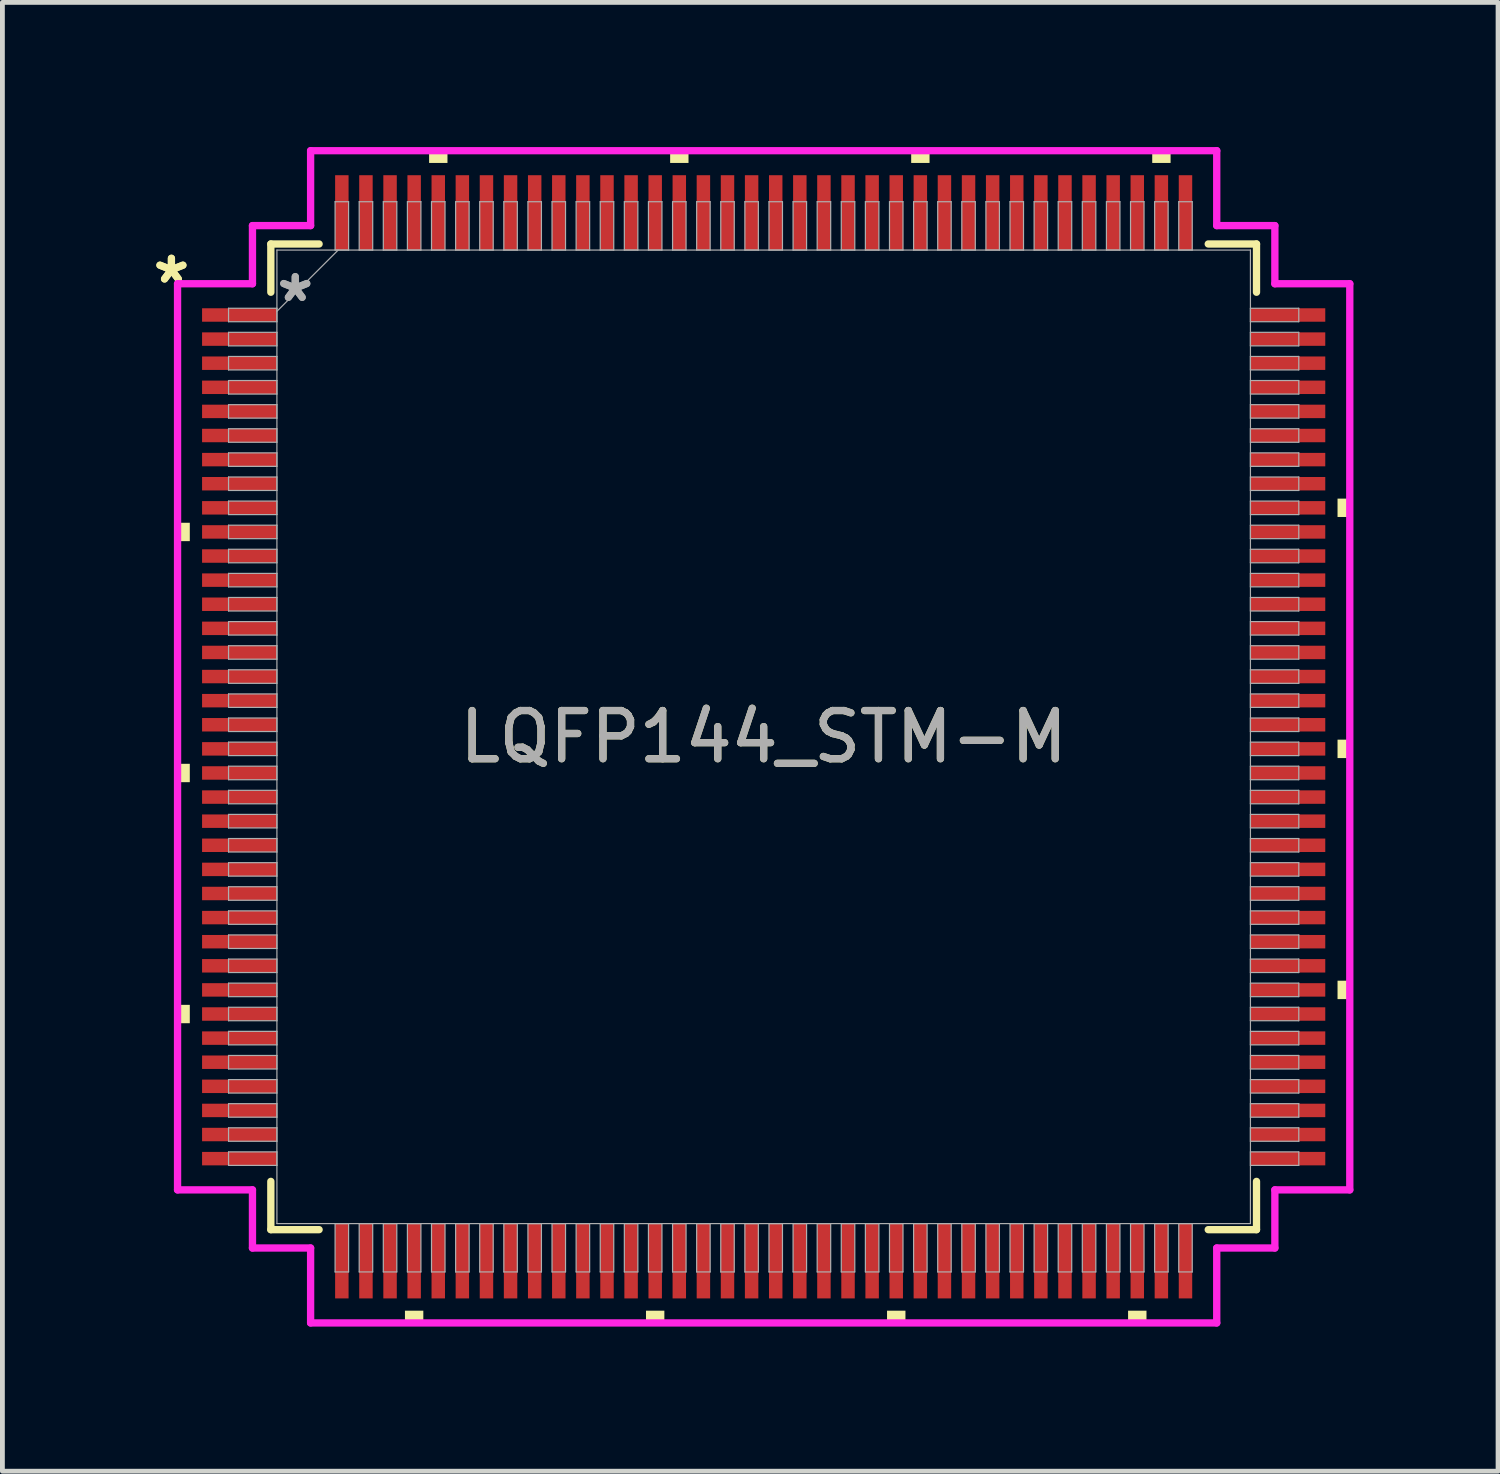
<source format=kicad_pcb>
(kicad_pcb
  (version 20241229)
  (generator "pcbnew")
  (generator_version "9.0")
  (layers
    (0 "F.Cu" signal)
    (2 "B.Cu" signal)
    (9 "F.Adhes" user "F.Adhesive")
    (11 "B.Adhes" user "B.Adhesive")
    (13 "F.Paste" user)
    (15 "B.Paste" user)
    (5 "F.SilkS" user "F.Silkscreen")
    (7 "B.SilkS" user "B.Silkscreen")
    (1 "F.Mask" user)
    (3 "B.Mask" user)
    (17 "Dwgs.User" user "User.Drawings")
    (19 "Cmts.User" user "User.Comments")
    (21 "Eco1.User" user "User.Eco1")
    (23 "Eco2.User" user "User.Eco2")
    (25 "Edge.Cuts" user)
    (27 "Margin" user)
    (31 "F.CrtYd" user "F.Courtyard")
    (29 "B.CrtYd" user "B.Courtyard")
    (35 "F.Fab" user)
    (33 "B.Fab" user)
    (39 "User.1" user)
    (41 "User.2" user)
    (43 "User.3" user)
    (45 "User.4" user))
  (footprint "LQFP144_STM-M"
    (layer "F.Cu")
    (at 12.791 12.234)
    (property "Reference" "LQFP144_STM-M" (at 0 0 0) (unlocked yes) (layer "F.SilkS") (effects (font (size 1 1) (thickness 0.15))))
    (attr smd)
    (fp_line (start -10.223 -10.223) (end -10.223 -9.222) (stroke (width 0.152) (type solid)) (layer "F.SilkS"))
    (fp_line (start -10.223 9.222) (end -10.223 10.223) (stroke (width 0.152) (type solid)) (layer "F.SilkS"))
    (fp_line (start -10.223 10.223) (end -9.222 10.223) (stroke (width 0.152) (type solid)) (layer "F.SilkS"))
    (fp_line (start -9.222 -10.223) (end -10.223 -10.223) (stroke (width 0.152) (type solid)) (layer "F.SilkS"))
    (fp_line (start 9.222 10.223) (end 10.223 10.223) (stroke (width 0.152) (type solid)) (layer "F.SilkS"))
    (fp_line (start 10.223 -10.223) (end 9.222 -10.223) (stroke (width 0.152) (type solid)) (layer "F.SilkS"))
    (fp_line (start 10.223 -9.222) (end 10.223 -10.223) (stroke (width 0.152) (type solid)) (layer "F.SilkS"))
    (fp_line (start 10.223 10.223) (end 10.223 9.222) (stroke (width 0.152) (type solid)) (layer "F.SilkS"))
    (fp_poly (pts (xy -12.158 -4.44) (xy -12.158 -4.059) (xy -11.904 -4.059) (xy -11.904 -4.44)) (stroke (width 0) (type solid)) (fill yes) (layer "F.SilkS"))
    (fp_poly (pts (xy -12.158 0.56) (xy -12.158 0.941) (xy -11.904 0.941) (xy -11.904 0.56)) (stroke (width 0) (type solid)) (fill yes) (layer "F.SilkS"))
    (fp_poly (pts (xy -12.158 5.56) (xy -12.158 5.941) (xy -11.904 5.941) (xy -11.904 5.56)) (stroke (width 0) (type solid)) (fill yes) (layer "F.SilkS"))
    (fp_poly (pts (xy -7.441 11.904) (xy -7.441 12.158) (xy -7.06 12.158) (xy -7.06 11.904)) (stroke (width 0) (type solid)) (fill yes) (layer "F.SilkS"))
    (fp_poly (pts (xy -6.94 -11.904) (xy -6.94 -12.158) (xy -6.559 -12.158) (xy -6.559 -11.904)) (stroke (width 0) (type solid)) (fill yes) (layer "F.SilkS"))
    (fp_poly (pts (xy -2.441 11.904) (xy -2.441 12.158) (xy -2.06 12.158) (xy -2.06 11.904)) (stroke (width 0) (type solid)) (fill yes) (layer "F.SilkS"))
    (fp_poly (pts (xy -1.94 -11.904) (xy -1.94 -12.158) (xy -1.559 -12.158) (xy -1.559 -11.904)) (stroke (width 0) (type solid)) (fill yes) (layer "F.SilkS"))
    (fp_poly (pts (xy 2.559 11.904) (xy 2.559 12.158) (xy 2.941 12.158) (xy 2.941 11.904)) (stroke (width 0) (type solid)) (fill yes) (layer "F.SilkS"))
    (fp_poly (pts (xy 3.06 -11.904) (xy 3.06 -12.158) (xy 3.441 -12.158) (xy 3.441 -11.904)) (stroke (width 0) (type solid)) (fill yes) (layer "F.SilkS"))
    (fp_poly (pts (xy 7.559 11.904) (xy 7.559 12.158) (xy 7.941 12.158) (xy 7.941 11.904)) (stroke (width 0) (type solid)) (fill yes) (layer "F.SilkS"))
    (fp_poly (pts (xy 8.06 -11.904) (xy 8.06 -12.158) (xy 8.441 -12.158) (xy 8.441 -11.904)) (stroke (width 0) (type solid)) (fill yes) (layer "F.SilkS"))
    (fp_poly (pts (xy 12.158 -4.941) (xy 12.158 -4.56) (xy 11.904 -4.56) (xy 11.904 -4.941)) (stroke (width 0) (type solid)) (fill yes) (layer "F.SilkS"))
    (fp_poly (pts (xy 12.158 0.059) (xy 12.158 0.441) (xy 11.904 0.441) (xy 11.904 0.059)) (stroke (width 0) (type solid)) (fill yes) (layer "F.SilkS"))
    (fp_poly (pts (xy 12.158 5.059) (xy 12.158 5.441) (xy 11.904 5.441) (xy 11.904 5.059)) (stroke (width 0) (type solid)) (fill yes) (layer "F.SilkS"))
    (fp_line (start -12.158 -9.398) (end -10.604 -9.398) (stroke (width 0.152) (type solid)) (layer "F.CrtYd"))
    (fp_line (start -12.158 9.398) (end -12.158 -9.398) (stroke (width 0.152) (type solid)) (layer "F.CrtYd"))
    (fp_line (start -10.604 -10.604) (end -9.398 -10.604) (stroke (width 0.152) (type solid)) (layer "F.CrtYd"))
    (fp_line (start -10.604 -9.398) (end -10.604 -10.604) (stroke (width 0.152) (type solid)) (layer "F.CrtYd"))
    (fp_line (start -10.604 9.398) (end -12.158 9.398) (stroke (width 0.152) (type solid)) (layer "F.CrtYd"))
    (fp_line (start -10.604 10.604) (end -10.604 9.398) (stroke (width 0.152) (type solid)) (layer "F.CrtYd"))
    (fp_line (start -10.604 10.604) (end -9.398 10.604) (stroke (width 0.152) (type solid)) (layer "F.CrtYd"))
    (fp_line (start -9.398 -12.158) (end 9.398 -12.158) (stroke (width 0.152) (type solid)) (layer "F.CrtYd"))
    (fp_line (start -9.398 -10.604) (end -9.398 -12.158) (stroke (width 0.152) (type solid)) (layer "F.CrtYd"))
    (fp_line (start -9.398 10.604) (end -9.398 12.158) (stroke (width 0.152) (type solid)) (layer "F.CrtYd"))
    (fp_line (start -9.398 12.158) (end 9.398 12.158) (stroke (width 0.152) (type solid)) (layer "F.CrtYd"))
    (fp_line (start 9.398 -12.158) (end 9.398 -10.604) (stroke (width 0.152) (type solid)) (layer "F.CrtYd"))
    (fp_line (start 9.398 -10.604) (end 10.604 -10.604) (stroke (width 0.152) (type solid)) (layer "F.CrtYd"))
    (fp_line (start 9.398 10.604) (end 10.604 10.604) (stroke (width 0.152) (type solid)) (layer "F.CrtYd"))
    (fp_line (start 9.398 12.158) (end 9.398 10.604) (stroke (width 0.152) (type solid)) (layer "F.CrtYd"))
    (fp_line (start 10.604 -9.398) (end 10.604 -10.604) (stroke (width 0.152) (type solid)) (layer "F.CrtYd"))
    (fp_line (start 10.604 9.398) (end 12.158 9.398) (stroke (width 0.152) (type solid)) (layer "F.CrtYd"))
    (fp_line (start 10.604 10.604) (end 10.604 9.398) (stroke (width 0.152) (type solid)) (layer "F.CrtYd"))
    (fp_line (start 12.158 -9.398) (end 10.604 -9.398) (stroke (width 0.152) (type solid)) (layer "F.CrtYd"))
    (fp_line (start 12.158 9.398) (end 12.158 -9.398) (stroke (width 0.152) (type solid)) (layer "F.CrtYd"))
    (fp_line (start -11.1 -8.89) (end -11.1 -8.61) (stroke (width 0.025) (type solid)) (layer "F.Fab"))
    (fp_line (start -11.1 -8.61) (end -10.097 -8.61) (stroke (width 0.025) (type solid)) (layer "F.Fab"))
    (fp_line (start -11.1 -8.39) (end -11.1 -8.11) (stroke (width 0.025) (type solid)) (layer "F.Fab"))
    (fp_line (start -11.1 -8.11) (end -10.097 -8.11) (stroke (width 0.025) (type solid)) (layer "F.Fab"))
    (fp_line (start -11.1 -7.89) (end -11.1 -7.61) (stroke (width 0.025) (type solid)) (layer "F.Fab"))
    (fp_line (start -11.1 -7.61) (end -10.097 -7.61) (stroke (width 0.025) (type solid)) (layer "F.Fab"))
    (fp_line (start -11.1 -7.39) (end -11.1 -7.11) (stroke (width 0.025) (type solid)) (layer "F.Fab"))
    (fp_line (start -11.1 -7.11) (end -10.097 -7.11) (stroke (width 0.025) (type solid)) (layer "F.Fab"))
    (fp_line (start -11.1 -6.89) (end -11.1 -6.61) (stroke (width 0.025) (type solid)) (layer "F.Fab"))
    (fp_line (start -11.1 -6.61) (end -10.097 -6.61) (stroke (width 0.025) (type solid)) (layer "F.Fab"))
    (fp_line (start -11.1 -6.39) (end -11.1 -6.11) (stroke (width 0.025) (type solid)) (layer "F.Fab"))
    (fp_line (start -11.1 -6.11) (end -10.097 -6.11) (stroke (width 0.025) (type solid)) (layer "F.Fab"))
    (fp_line (start -11.1 -5.89) (end -11.1 -5.61) (stroke (width 0.025) (type solid)) (layer "F.Fab"))
    (fp_line (start -11.1 -5.61) (end -10.097 -5.61) (stroke (width 0.025) (type solid)) (layer "F.Fab"))
    (fp_line (start -11.1 -5.39) (end -11.1 -5.11) (stroke (width 0.025) (type solid)) (layer "F.Fab"))
    (fp_line (start -11.1 -5.11) (end -10.097 -5.11) (stroke (width 0.025) (type solid)) (layer "F.Fab"))
    (fp_line (start -11.1 -4.89) (end -11.1 -4.61) (stroke (width 0.025) (type solid)) (layer "F.Fab"))
    (fp_line (start -11.1 -4.61) (end -10.097 -4.61) (stroke (width 0.025) (type solid)) (layer "F.Fab"))
    (fp_line (start -11.1 -4.39) (end -11.1 -4.11) (stroke (width 0.025) (type solid)) (layer "F.Fab"))
    (fp_line (start -11.1 -4.11) (end -10.097 -4.11) (stroke (width 0.025) (type solid)) (layer "F.Fab"))
    (fp_line (start -11.1 -3.89) (end -11.1 -3.61) (stroke (width 0.025) (type solid)) (layer "F.Fab"))
    (fp_line (start -11.1 -3.61) (end -10.097 -3.61) (stroke (width 0.025) (type solid)) (layer "F.Fab"))
    (fp_line (start -11.1 -3.39) (end -11.1 -3.11) (stroke (width 0.025) (type solid)) (layer "F.Fab"))
    (fp_line (start -11.1 -3.11) (end -10.097 -3.11) (stroke (width 0.025) (type solid)) (layer "F.Fab"))
    (fp_line (start -11.1 -2.89) (end -11.1 -2.61) (stroke (width 0.025) (type solid)) (layer "F.Fab"))
    (fp_line (start -11.1 -2.61) (end -10.097 -2.61) (stroke (width 0.025) (type solid)) (layer "F.Fab"))
    (fp_line (start -11.1 -2.39) (end -11.1 -2.11) (stroke (width 0.025) (type solid)) (layer "F.Fab"))
    (fp_line (start -11.1 -2.11) (end -10.097 -2.11) (stroke (width 0.025) (type solid)) (layer "F.Fab"))
    (fp_line (start -11.1 -1.89) (end -11.1 -1.61) (stroke (width 0.025) (type solid)) (layer "F.Fab"))
    (fp_line (start -11.1 -1.61) (end -10.097 -1.61) (stroke (width 0.025) (type solid)) (layer "F.Fab"))
    (fp_line (start -11.1 -1.39) (end -11.1 -1.11) (stroke (width 0.025) (type solid)) (layer "F.Fab"))
    (fp_line (start -11.1 -1.11) (end -10.097 -1.11) (stroke (width 0.025) (type solid)) (layer "F.Fab"))
    (fp_line (start -11.1 -0.89) (end -11.1 -0.61) (stroke (width 0.025) (type solid)) (layer "F.Fab"))
    (fp_line (start -11.1 -0.61) (end -10.097 -0.61) (stroke (width 0.025) (type solid)) (layer "F.Fab"))
    (fp_line (start -11.1 -0.39) (end -11.1 -0.11) (stroke (width 0.025) (type solid)) (layer "F.Fab"))
    (fp_line (start -11.1 -0.11) (end -10.097 -0.11) (stroke (width 0.025) (type solid)) (layer "F.Fab"))
    (fp_line (start -11.1 0.11) (end -11.1 0.39) (stroke (width 0.025) (type solid)) (layer "F.Fab"))
    (fp_line (start -11.1 0.39) (end -10.097 0.39) (stroke (width 0.025) (type solid)) (layer "F.Fab"))
    (fp_line (start -11.1 0.61) (end -11.1 0.89) (stroke (width 0.025) (type solid)) (layer "F.Fab"))
    (fp_line (start -11.1 0.89) (end -10.097 0.89) (stroke (width 0.025) (type solid)) (layer "F.Fab"))
    (fp_line (start -11.1 1.11) (end -11.1 1.39) (stroke (width 0.025) (type solid)) (layer "F.Fab"))
    (fp_line (start -11.1 1.39) (end -10.097 1.39) (stroke (width 0.025) (type solid)) (layer "F.Fab"))
    (fp_line (start -11.1 1.61) (end -11.1 1.89) (stroke (width 0.025) (type solid)) (layer "F.Fab"))
    (fp_line (start -11.1 1.89) (end -10.097 1.89) (stroke (width 0.025) (type solid)) (layer "F.Fab"))
    (fp_line (start -11.1 2.11) (end -11.1 2.39) (stroke (width 0.025) (type solid)) (layer "F.Fab"))
    (fp_line (start -11.1 2.39) (end -10.097 2.39) (stroke (width 0.025) (type solid)) (layer "F.Fab"))
    (fp_line (start -11.1 2.61) (end -11.1 2.89) (stroke (width 0.025) (type solid)) (layer "F.Fab"))
    (fp_line (start -11.1 2.89) (end -10.097 2.89) (stroke (width 0.025) (type solid)) (layer "F.Fab"))
    (fp_line (start -11.1 3.11) (end -11.1 3.39) (stroke (width 0.025) (type solid)) (layer "F.Fab"))
    (fp_line (start -11.1 3.39) (end -10.097 3.39) (stroke (width 0.025) (type solid)) (layer "F.Fab"))
    (fp_line (start -11.1 3.61) (end -11.1 3.89) (stroke (width 0.025) (type solid)) (layer "F.Fab"))
    (fp_line (start -11.1 3.89) (end -10.097 3.89) (stroke (width 0.025) (type solid)) (layer "F.Fab"))
    (fp_line (start -11.1 4.11) (end -11.1 4.39) (stroke (width 0.025) (type solid)) (layer "F.Fab"))
    (fp_line (start -11.1 4.39) (end -10.097 4.39) (stroke (width 0.025) (type solid)) (layer "F.Fab"))
    (fp_line (start -11.1 4.61) (end -11.1 4.89) (stroke (width 0.025) (type solid)) (layer "F.Fab"))
    (fp_line (start -11.1 4.89) (end -10.097 4.89) (stroke (width 0.025) (type solid)) (layer "F.Fab"))
    (fp_line (start -11.1 5.11) (end -11.1 5.39) (stroke (width 0.025) (type solid)) (layer "F.Fab"))
    (fp_line (start -11.1 5.39) (end -10.097 5.39) (stroke (width 0.025) (type solid)) (layer "F.Fab"))
    (fp_line (start -11.1 5.61) (end -11.1 5.89) (stroke (width 0.025) (type solid)) (layer "F.Fab"))
    (fp_line (start -11.1 5.89) (end -10.097 5.89) (stroke (width 0.025) (type solid)) (layer "F.Fab"))
    (fp_line (start -11.1 6.11) (end -11.1 6.39) (stroke (width 0.025) (type solid)) (layer "F.Fab"))
    (fp_line (start -11.1 6.39) (end -10.097 6.39) (stroke (width 0.025) (type solid)) (layer "F.Fab"))
    (fp_line (start -11.1 6.61) (end -11.1 6.89) (stroke (width 0.025) (type solid)) (layer "F.Fab"))
    (fp_line (start -11.1 6.89) (end -10.097 6.89) (stroke (width 0.025) (type solid)) (layer "F.Fab"))
    (fp_line (start -11.1 7.11) (end -11.1 7.39) (stroke (width 0.025) (type solid)) (layer "F.Fab"))
    (fp_line (start -11.1 7.39) (end -10.097 7.39) (stroke (width 0.025) (type solid)) (layer "F.Fab"))
    (fp_line (start -11.1 7.61) (end -11.1 7.89) (stroke (width 0.025) (type solid)) (layer "F.Fab"))
    (fp_line (start -11.1 7.89) (end -10.097 7.89) (stroke (width 0.025) (type solid)) (layer "F.Fab"))
    (fp_line (start -11.1 8.11) (end -11.1 8.39) (stroke (width 0.025) (type solid)) (layer "F.Fab"))
    (fp_line (start -11.1 8.39) (end -10.097 8.39) (stroke (width 0.025) (type solid)) (layer "F.Fab"))
    (fp_line (start -11.1 8.61) (end -11.1 8.89) (stroke (width 0.025) (type solid)) (layer "F.Fab"))
    (fp_line (start -11.1 8.89) (end -10.097 8.89) (stroke (width 0.025) (type solid)) (layer "F.Fab"))
    (fp_line (start -10.097 -10.097) (end -10.097 10.097) (stroke (width 0.025) (type solid)) (layer "F.Fab"))
    (fp_line (start -10.097 -8.89) (end -11.1 -8.89) (stroke (width 0.025) (type solid)) (layer "F.Fab"))
    (fp_line (start -10.097 -8.826) (end -8.826 -10.097) (stroke (width 0.025) (type solid)) (layer "F.Fab"))
    (fp_line (start -10.097 -8.61) (end -10.097 -8.89) (stroke (width 0.025) (type solid)) (layer "F.Fab"))
    (fp_line (start -10.097 -8.39) (end -11.1 -8.39) (stroke (width 0.025) (type solid)) (layer "F.Fab"))
    (fp_line (start -10.097 -8.11) (end -10.097 -8.39) (stroke (width 0.025) (type solid)) (layer "F.Fab"))
    (fp_line (start -10.097 -7.89) (end -11.1 -7.89) (stroke (width 0.025) (type solid)) (layer "F.Fab"))
    (fp_line (start -10.097 -7.61) (end -10.097 -7.89) (stroke (width 0.025) (type solid)) (layer "F.Fab"))
    (fp_line (start -10.097 -7.39) (end -11.1 -7.39) (stroke (width 0.025) (type solid)) (layer "F.Fab"))
    (fp_line (start -10.097 -7.11) (end -10.097 -7.39) (stroke (width 0.025) (type solid)) (layer "F.Fab"))
    (fp_line (start -10.097 -6.89) (end -11.1 -6.89) (stroke (width 0.025) (type solid)) (layer "F.Fab"))
    (fp_line (start -10.097 -6.61) (end -10.097 -6.89) (stroke (width 0.025) (type solid)) (layer "F.Fab"))
    (fp_line (start -10.097 -6.39) (end -11.1 -6.39) (stroke (width 0.025) (type solid)) (layer "F.Fab"))
    (fp_line (start -10.097 -6.11) (end -10.097 -6.39) (stroke (width 0.025) (type solid)) (layer "F.Fab"))
    (fp_line (start -10.097 -5.89) (end -11.1 -5.89) (stroke (width 0.025) (type solid)) (layer "F.Fab"))
    (fp_line (start -10.097 -5.61) (end -10.097 -5.89) (stroke (width 0.025) (type solid)) (layer "F.Fab"))
    (fp_line (start -10.097 -5.39) (end -11.1 -5.39) (stroke (width 0.025) (type solid)) (layer "F.Fab"))
    (fp_line (start -10.097 -5.11) (end -10.097 -5.39) (stroke (width 0.025) (type solid)) (layer "F.Fab"))
    (fp_line (start -10.097 -4.89) (end -11.1 -4.89) (stroke (width 0.025) (type solid)) (layer "F.Fab"))
    (fp_line (start -10.097 -4.61) (end -10.097 -4.89) (stroke (width 0.025) (type solid)) (layer "F.Fab"))
    (fp_line (start -10.097 -4.39) (end -11.1 -4.39) (stroke (width 0.025) (type solid)) (layer "F.Fab"))
    (fp_line (start -10.097 -4.11) (end -10.097 -4.39) (stroke (width 0.025) (type solid)) (layer "F.Fab"))
    (fp_line (start -10.097 -3.89) (end -11.1 -3.89) (stroke (width 0.025) (type solid)) (layer "F.Fab"))
    (fp_line (start -10.097 -3.61) (end -10.097 -3.89) (stroke (width 0.025) (type solid)) (layer "F.Fab"))
    (fp_line (start -10.097 -3.39) (end -11.1 -3.39) (stroke (width 0.025) (type solid)) (layer "F.Fab"))
    (fp_line (start -10.097 -3.11) (end -10.097 -3.39) (stroke (width 0.025) (type solid)) (layer "F.Fab"))
    (fp_line (start -10.097 -2.89) (end -11.1 -2.89) (stroke (width 0.025) (type solid)) (layer "F.Fab"))
    (fp_line (start -10.097 -2.61) (end -10.097 -2.89) (stroke (width 0.025) (type solid)) (layer "F.Fab"))
    (fp_line (start -10.097 -2.39) (end -11.1 -2.39) (stroke (width 0.025) (type solid)) (layer "F.Fab"))
    (fp_line (start -10.097 -2.11) (end -10.097 -2.39) (stroke (width 0.025) (type solid)) (layer "F.Fab"))
    (fp_line (start -10.097 -1.89) (end -11.1 -1.89) (stroke (width 0.025) (type solid)) (layer "F.Fab"))
    (fp_line (start -10.097 -1.61) (end -10.097 -1.89) (stroke (width 0.025) (type solid)) (layer "F.Fab"))
    (fp_line (start -10.097 -1.39) (end -11.1 -1.39) (stroke (width 0.025) (type solid)) (layer "F.Fab"))
    (fp_line (start -10.097 -1.11) (end -10.097 -1.39) (stroke (width 0.025) (type solid)) (layer "F.Fab"))
    (fp_line (start -10.097 -0.89) (end -11.1 -0.89) (stroke (width 0.025) (type solid)) (layer "F.Fab"))
    (fp_line (start -10.097 -0.61) (end -10.097 -0.89) (stroke (width 0.025) (type solid)) (layer "F.Fab"))
    (fp_line (start -10.097 -0.39) (end -11.1 -0.39) (stroke (width 0.025) (type solid)) (layer "F.Fab"))
    (fp_line (start -10.097 -0.11) (end -10.097 -0.39) (stroke (width 0.025) (type solid)) (layer "F.Fab"))
    (fp_line (start -10.097 0.11) (end -11.1 0.11) (stroke (width 0.025) (type solid)) (layer "F.Fab"))
    (fp_line (start -10.097 0.39) (end -10.097 0.11) (stroke (width 0.025) (type solid)) (layer "F.Fab"))
    (fp_line (start -10.097 0.61) (end -11.1 0.61) (stroke (width 0.025) (type solid)) (layer "F.Fab"))
    (fp_line (start -10.097 0.89) (end -10.097 0.61) (stroke (width 0.025) (type solid)) (layer "F.Fab"))
    (fp_line (start -10.097 1.11) (end -11.1 1.11) (stroke (width 0.025) (type solid)) (layer "F.Fab"))
    (fp_line (start -10.097 1.39) (end -10.097 1.11) (stroke (width 0.025) (type solid)) (layer "F.Fab"))
    (fp_line (start -10.097 1.61) (end -11.1 1.61) (stroke (width 0.025) (type solid)) (layer "F.Fab"))
    (fp_line (start -10.097 1.89) (end -10.097 1.61) (stroke (width 0.025) (type solid)) (layer "F.Fab"))
    (fp_line (start -10.097 2.11) (end -11.1 2.11) (stroke (width 0.025) (type solid)) (layer "F.Fab"))
    (fp_line (start -10.097 2.39) (end -10.097 2.11) (stroke (width 0.025) (type solid)) (layer "F.Fab"))
    (fp_line (start -10.097 2.61) (end -11.1 2.61) (stroke (width 0.025) (type solid)) (layer "F.Fab"))
    (fp_line (start -10.097 2.89) (end -10.097 2.61) (stroke (width 0.025) (type solid)) (layer "F.Fab"))
    (fp_line (start -10.097 3.11) (end -11.1 3.11) (stroke (width 0.025) (type solid)) (layer "F.Fab"))
    (fp_line (start -10.097 3.39) (end -10.097 3.11) (stroke (width 0.025) (type solid)) (layer "F.Fab"))
    (fp_line (start -10.097 3.61) (end -11.1 3.61) (stroke (width 0.025) (type solid)) (layer "F.Fab"))
    (fp_line (start -10.097 3.89) (end -10.097 3.61) (stroke (width 0.025) (type solid)) (layer "F.Fab"))
    (fp_line (start -10.097 4.11) (end -11.1 4.11) (stroke (width 0.025) (type solid)) (layer "F.Fab"))
    (fp_line (start -10.097 4.39) (end -10.097 4.11) (stroke (width 0.025) (type solid)) (layer "F.Fab"))
    (fp_line (start -10.097 4.61) (end -11.1 4.61) (stroke (width 0.025) (type solid)) (layer "F.Fab"))
    (fp_line (start -10.097 4.89) (end -10.097 4.61) (stroke (width 0.025) (type solid)) (layer "F.Fab"))
    (fp_line (start -10.097 5.11) (end -11.1 5.11) (stroke (width 0.025) (type solid)) (layer "F.Fab"))
    (fp_line (start -10.097 5.39) (end -10.097 5.11) (stroke (width 0.025) (type solid)) (layer "F.Fab"))
    (fp_line (start -10.097 5.61) (end -11.1 5.61) (stroke (width 0.025) (type solid)) (layer "F.Fab"))
    (fp_line (start -10.097 5.89) (end -10.097 5.61) (stroke (width 0.025) (type solid)) (layer "F.Fab"))
    (fp_line (start -10.097 6.11) (end -11.1 6.11) (stroke (width 0.025) (type solid)) (layer "F.Fab"))
    (fp_line (start -10.097 6.39) (end -10.097 6.11) (stroke (width 0.025) (type solid)) (layer "F.Fab"))
    (fp_line (start -10.097 6.61) (end -11.1 6.61) (stroke (width 0.025) (type solid)) (layer "F.Fab"))
    (fp_line (start -10.097 6.89) (end -10.097 6.61) (stroke (width 0.025) (type solid)) (layer "F.Fab"))
    (fp_line (start -10.097 7.11) (end -11.1 7.11) (stroke (width 0.025) (type solid)) (layer "F.Fab"))
    (fp_line (start -10.097 7.39) (end -10.097 7.11) (stroke (width 0.025) (type solid)) (layer "F.Fab"))
    (fp_line (start -10.097 7.61) (end -11.1 7.61) (stroke (width 0.025) (type solid)) (layer "F.Fab"))
    (fp_line (start -10.097 7.89) (end -10.097 7.61) (stroke (width 0.025) (type solid)) (layer "F.Fab"))
    (fp_line (start -10.097 8.11) (end -11.1 8.11) (stroke (width 0.025) (type solid)) (layer "F.Fab"))
    (fp_line (start -10.097 8.39) (end -10.097 8.11) (stroke (width 0.025) (type solid)) (layer "F.Fab"))
    (fp_line (start -10.097 8.61) (end -11.1 8.61) (stroke (width 0.025) (type solid)) (layer "F.Fab"))
    (fp_line (start -10.097 8.89) (end -10.097 8.61) (stroke (width 0.025) (type solid)) (layer "F.Fab"))
    (fp_line (start -10.097 10.097) (end 10.097 10.097) (stroke (width 0.025) (type solid)) (layer "F.Fab"))
    (fp_line (start -8.89 -11.1) (end -8.89 -10.097) (stroke (width 0.025) (type solid)) (layer "F.Fab"))
    (fp_line (start -8.89 -10.097) (end -8.61 -10.097) (stroke (width 0.025) (type solid)) (layer "F.Fab"))
    (fp_line (start -8.89 10.097) (end -8.89 11.1) (stroke (width 0.025) (type solid)) (layer "F.Fab"))
    (fp_line (start -8.89 11.1) (end -8.61 11.1) (stroke (width 0.025) (type solid)) (layer "F.Fab"))
    (fp_line (start -8.61 -11.1) (end -8.89 -11.1) (stroke (width 0.025) (type solid)) (layer "F.Fab"))
    (fp_line (start -8.61 -10.097) (end -8.61 -11.1) (stroke (width 0.025) (type solid)) (layer "F.Fab"))
    (fp_line (start -8.61 10.097) (end -8.89 10.097) (stroke (width 0.025) (type solid)) (layer "F.Fab"))
    (fp_line (start -8.61 11.1) (end -8.61 10.097) (stroke (width 0.025) (type solid)) (layer "F.Fab"))
    (fp_line (start -8.39 -11.1) (end -8.39 -10.097) (stroke (width 0.025) (type solid)) (layer "F.Fab"))
    (fp_line (start -8.39 -10.097) (end -8.11 -10.097) (stroke (width 0.025) (type solid)) (layer "F.Fab"))
    (fp_line (start -8.39 10.097) (end -8.39 11.1) (stroke (width 0.025) (type solid)) (layer "F.Fab"))
    (fp_line (start -8.39 11.1) (end -8.11 11.1) (stroke (width 0.025) (type solid)) (layer "F.Fab"))
    (fp_line (start -8.11 -11.1) (end -8.39 -11.1) (stroke (width 0.025) (type solid)) (layer "F.Fab"))
    (fp_line (start -8.11 -10.097) (end -8.11 -11.1) (stroke (width 0.025) (type solid)) (layer "F.Fab"))
    (fp_line (start -8.11 10.097) (end -8.39 10.097) (stroke (width 0.025) (type solid)) (layer "F.Fab"))
    (fp_line (start -8.11 11.1) (end -8.11 10.097) (stroke (width 0.025) (type solid)) (layer "F.Fab"))
    (fp_line (start -7.89 -11.1) (end -7.89 -10.097) (stroke (width 0.025) (type solid)) (layer "F.Fab"))
    (fp_line (start -7.89 -10.097) (end -7.61 -10.097) (stroke (width 0.025) (type solid)) (layer "F.Fab"))
    (fp_line (start -7.89 10.097) (end -7.89 11.1) (stroke (width 0.025) (type solid)) (layer "F.Fab"))
    (fp_line (start -7.89 11.1) (end -7.61 11.1) (stroke (width 0.025) (type solid)) (layer "F.Fab"))
    (fp_line (start -7.61 -11.1) (end -7.89 -11.1) (stroke (width 0.025) (type solid)) (layer "F.Fab"))
    (fp_line (start -7.61 -10.097) (end -7.61 -11.1) (stroke (width 0.025) (type solid)) (layer "F.Fab"))
    (fp_line (start -7.61 10.097) (end -7.89 10.097) (stroke (width 0.025) (type solid)) (layer "F.Fab"))
    (fp_line (start -7.61 11.1) (end -7.61 10.097) (stroke (width 0.025) (type solid)) (layer "F.Fab"))
    (fp_line (start -7.39 -11.1) (end -7.39 -10.097) (stroke (width 0.025) (type solid)) (layer "F.Fab"))
    (fp_line (start -7.39 -10.097) (end -7.11 -10.097) (stroke (width 0.025) (type solid)) (layer "F.Fab"))
    (fp_line (start -7.39 10.097) (end -7.39 11.1) (stroke (width 0.025) (type solid)) (layer "F.Fab"))
    (fp_line (start -7.39 11.1) (end -7.11 11.1) (stroke (width 0.025) (type solid)) (layer "F.Fab"))
    (fp_line (start -7.11 -11.1) (end -7.39 -11.1) (stroke (width 0.025) (type solid)) (layer "F.Fab"))
    (fp_line (start -7.11 -10.097) (end -7.11 -11.1) (stroke (width 0.025) (type solid)) (layer "F.Fab"))
    (fp_line (start -7.11 10.097) (end -7.39 10.097) (stroke (width 0.025) (type solid)) (layer "F.Fab"))
    (fp_line (start -7.11 11.1) (end -7.11 10.097) (stroke (width 0.025) (type solid)) (layer "F.Fab"))
    (fp_line (start -6.89 -11.1) (end -6.89 -10.097) (stroke (width 0.025) (type solid)) (layer "F.Fab"))
    (fp_line (start -6.89 -10.097) (end -6.61 -10.097) (stroke (width 0.025) (type solid)) (layer "F.Fab"))
    (fp_line (start -6.89 10.097) (end -6.89 11.1) (stroke (width 0.025) (type solid)) (layer "F.Fab"))
    (fp_line (start -6.89 11.1) (end -6.61 11.1) (stroke (width 0.025) (type solid)) (layer "F.Fab"))
    (fp_line (start -6.61 -11.1) (end -6.89 -11.1) (stroke (width 0.025) (type solid)) (layer "F.Fab"))
    (fp_line (start -6.61 -10.097) (end -6.61 -11.1) (stroke (width 0.025) (type solid)) (layer "F.Fab"))
    (fp_line (start -6.61 10.097) (end -6.89 10.097) (stroke (width 0.025) (type solid)) (layer "F.Fab"))
    (fp_line (start -6.61 11.1) (end -6.61 10.097) (stroke (width 0.025) (type solid)) (layer "F.Fab"))
    (fp_line (start -6.39 -11.1) (end -6.39 -10.097) (stroke (width 0.025) (type solid)) (layer "F.Fab"))
    (fp_line (start -6.39 -10.097) (end -6.11 -10.097) (stroke (width 0.025) (type solid)) (layer "F.Fab"))
    (fp_line (start -6.39 10.097) (end -6.39 11.1) (stroke (width 0.025) (type solid)) (layer "F.Fab"))
    (fp_line (start -6.39 11.1) (end -6.11 11.1) (stroke (width 0.025) (type solid)) (layer "F.Fab"))
    (fp_line (start -6.11 -11.1) (end -6.39 -11.1) (stroke (width 0.025) (type solid)) (layer "F.Fab"))
    (fp_line (start -6.11 -10.097) (end -6.11 -11.1) (stroke (width 0.025) (type solid)) (layer "F.Fab"))
    (fp_line (start -6.11 10.097) (end -6.39 10.097) (stroke (width 0.025) (type solid)) (layer "F.Fab"))
    (fp_line (start -6.11 11.1) (end -6.11 10.097) (stroke (width 0.025) (type solid)) (layer "F.Fab"))
    (fp_line (start -5.89 -11.1) (end -5.89 -10.097) (stroke (width 0.025) (type solid)) (layer "F.Fab"))
    (fp_line (start -5.89 -10.097) (end -5.61 -10.097) (stroke (width 0.025) (type solid)) (layer "F.Fab"))
    (fp_line (start -5.89 10.097) (end -5.89 11.1) (stroke (width 0.025) (type solid)) (layer "F.Fab"))
    (fp_line (start -5.89 11.1) (end -5.61 11.1) (stroke (width 0.025) (type solid)) (layer "F.Fab"))
    (fp_line (start -5.61 -11.1) (end -5.89 -11.1) (stroke (width 0.025) (type solid)) (layer "F.Fab"))
    (fp_line (start -5.61 -10.097) (end -5.61 -11.1) (stroke (width 0.025) (type solid)) (layer "F.Fab"))
    (fp_line (start -5.61 10.097) (end -5.89 10.097) (stroke (width 0.025) (type solid)) (layer "F.Fab"))
    (fp_line (start -5.61 11.1) (end -5.61 10.097) (stroke (width 0.025) (type solid)) (layer "F.Fab"))
    (fp_line (start -5.39 -11.1) (end -5.39 -10.097) (stroke (width 0.025) (type solid)) (layer "F.Fab"))
    (fp_line (start -5.39 -10.097) (end -5.11 -10.097) (stroke (width 0.025) (type solid)) (layer "F.Fab"))
    (fp_line (start -5.39 10.097) (end -5.39 11.1) (stroke (width 0.025) (type solid)) (layer "F.Fab"))
    (fp_line (start -5.39 11.1) (end -5.11 11.1) (stroke (width 0.025) (type solid)) (layer "F.Fab"))
    (fp_line (start -5.11 -11.1) (end -5.39 -11.1) (stroke (width 0.025) (type solid)) (layer "F.Fab"))
    (fp_line (start -5.11 -10.097) (end -5.11 -11.1) (stroke (width 0.025) (type solid)) (layer "F.Fab"))
    (fp_line (start -5.11 10.097) (end -5.39 10.097) (stroke (width 0.025) (type solid)) (layer "F.Fab"))
    (fp_line (start -5.11 11.1) (end -5.11 10.097) (stroke (width 0.025) (type solid)) (layer "F.Fab"))
    (fp_line (start -4.89 -11.1) (end -4.89 -10.097) (stroke (width 0.025) (type solid)) (layer "F.Fab"))
    (fp_line (start -4.89 -10.097) (end -4.61 -10.097) (stroke (width 0.025) (type solid)) (layer "F.Fab"))
    (fp_line (start -4.89 10.097) (end -4.89 11.1) (stroke (width 0.025) (type solid)) (layer "F.Fab"))
    (fp_line (start -4.89 11.1) (end -4.61 11.1) (stroke (width 0.025) (type solid)) (layer "F.Fab"))
    (fp_line (start -4.61 -11.1) (end -4.89 -11.1) (stroke (width 0.025) (type solid)) (layer "F.Fab"))
    (fp_line (start -4.61 -10.097) (end -4.61 -11.1) (stroke (width 0.025) (type solid)) (layer "F.Fab"))
    (fp_line (start -4.61 10.097) (end -4.89 10.097) (stroke (width 0.025) (type solid)) (layer "F.Fab"))
    (fp_line (start -4.61 11.1) (end -4.61 10.097) (stroke (width 0.025) (type solid)) (layer "F.Fab"))
    (fp_line (start -4.39 -11.1) (end -4.39 -10.097) (stroke (width 0.025) (type solid)) (layer "F.Fab"))
    (fp_line (start -4.39 -10.097) (end -4.11 -10.097) (stroke (width 0.025) (type solid)) (layer "F.Fab"))
    (fp_line (start -4.39 10.097) (end -4.39 11.1) (stroke (width 0.025) (type solid)) (layer "F.Fab"))
    (fp_line (start -4.39 11.1) (end -4.11 11.1) (stroke (width 0.025) (type solid)) (layer "F.Fab"))
    (fp_line (start -4.11 -11.1) (end -4.39 -11.1) (stroke (width 0.025) (type solid)) (layer "F.Fab"))
    (fp_line (start -4.11 -10.097) (end -4.11 -11.1) (stroke (width 0.025) (type solid)) (layer "F.Fab"))
    (fp_line (start -4.11 10.097) (end -4.39 10.097) (stroke (width 0.025) (type solid)) (layer "F.Fab"))
    (fp_line (start -4.11 11.1) (end -4.11 10.097) (stroke (width 0.025) (type solid)) (layer "F.Fab"))
    (fp_line (start -3.89 -11.1) (end -3.89 -10.097) (stroke (width 0.025) (type solid)) (layer "F.Fab"))
    (fp_line (start -3.89 -10.097) (end -3.61 -10.097) (stroke (width 0.025) (type solid)) (layer "F.Fab"))
    (fp_line (start -3.89 10.097) (end -3.89 11.1) (stroke (width 0.025) (type solid)) (layer "F.Fab"))
    (fp_line (start -3.89 11.1) (end -3.61 11.1) (stroke (width 0.025) (type solid)) (layer "F.Fab"))
    (fp_line (start -3.61 -11.1) (end -3.89 -11.1) (stroke (width 0.025) (type solid)) (layer "F.Fab"))
    (fp_line (start -3.61 -10.097) (end -3.61 -11.1) (stroke (width 0.025) (type solid)) (layer "F.Fab"))
    (fp_line (start -3.61 10.097) (end -3.89 10.097) (stroke (width 0.025) (type solid)) (layer "F.Fab"))
    (fp_line (start -3.61 11.1) (end -3.61 10.097) (stroke (width 0.025) (type solid)) (layer "F.Fab"))
    (fp_line (start -3.39 -11.1) (end -3.39 -10.097) (stroke (width 0.025) (type solid)) (layer "F.Fab"))
    (fp_line (start -3.39 -10.097) (end -3.11 -10.097) (stroke (width 0.025) (type solid)) (layer "F.Fab"))
    (fp_line (start -3.39 10.097) (end -3.39 11.1) (stroke (width 0.025) (type solid)) (layer "F.Fab"))
    (fp_line (start -3.39 11.1) (end -3.11 11.1) (stroke (width 0.025) (type solid)) (layer "F.Fab"))
    (fp_line (start -3.11 -11.1) (end -3.39 -11.1) (stroke (width 0.025) (type solid)) (layer "F.Fab"))
    (fp_line (start -3.11 -10.097) (end -3.11 -11.1) (stroke (width 0.025) (type solid)) (layer "F.Fab"))
    (fp_line (start -3.11 10.097) (end -3.39 10.097) (stroke (width 0.025) (type solid)) (layer "F.Fab"))
    (fp_line (start -3.11 11.1) (end -3.11 10.097) (stroke (width 0.025) (type solid)) (layer "F.Fab"))
    (fp_line (start -2.89 -11.1) (end -2.89 -10.097) (stroke (width 0.025) (type solid)) (layer "F.Fab"))
    (fp_line (start -2.89 -10.097) (end -2.61 -10.097) (stroke (width 0.025) (type solid)) (layer "F.Fab"))
    (fp_line (start -2.89 10.097) (end -2.89 11.1) (stroke (width 0.025) (type solid)) (layer "F.Fab"))
    (fp_line (start -2.89 11.1) (end -2.61 11.1) (stroke (width 0.025) (type solid)) (layer "F.Fab"))
    (fp_line (start -2.61 -11.1) (end -2.89 -11.1) (stroke (width 0.025) (type solid)) (layer "F.Fab"))
    (fp_line (start -2.61 -10.097) (end -2.61 -11.1) (stroke (width 0.025) (type solid)) (layer "F.Fab"))
    (fp_line (start -2.61 10.097) (end -2.89 10.097) (stroke (width 0.025) (type solid)) (layer "F.Fab"))
    (fp_line (start -2.61 11.1) (end -2.61 10.097) (stroke (width 0.025) (type solid)) (layer "F.Fab"))
    (fp_line (start -2.39 -11.1) (end -2.39 -10.097) (stroke (width 0.025) (type solid)) (layer "F.Fab"))
    (fp_line (start -2.39 -10.097) (end -2.11 -10.097) (stroke (width 0.025) (type solid)) (layer "F.Fab"))
    (fp_line (start -2.39 10.097) (end -2.39 11.1) (stroke (width 0.025) (type solid)) (layer "F.Fab"))
    (fp_line (start -2.39 11.1) (end -2.11 11.1) (stroke (width 0.025) (type solid)) (layer "F.Fab"))
    (fp_line (start -2.11 -11.1) (end -2.39 -11.1) (stroke (width 0.025) (type solid)) (layer "F.Fab"))
    (fp_line (start -2.11 -10.097) (end -2.11 -11.1) (stroke (width 0.025) (type solid)) (layer "F.Fab"))
    (fp_line (start -2.11 10.097) (end -2.39 10.097) (stroke (width 0.025) (type solid)) (layer "F.Fab"))
    (fp_line (start -2.11 11.1) (end -2.11 10.097) (stroke (width 0.025) (type solid)) (layer "F.Fab"))
    (fp_line (start -1.89 -11.1) (end -1.89 -10.097) (stroke (width 0.025) (type solid)) (layer "F.Fab"))
    (fp_line (start -1.89 -10.097) (end -1.61 -10.097) (stroke (width 0.025) (type solid)) (layer "F.Fab"))
    (fp_line (start -1.89 10.097) (end -1.89 11.1) (stroke (width 0.025) (type solid)) (layer "F.Fab"))
    (fp_line (start -1.89 11.1) (end -1.61 11.1) (stroke (width 0.025) (type solid)) (layer "F.Fab"))
    (fp_line (start -1.61 -11.1) (end -1.89 -11.1) (stroke (width 0.025) (type solid)) (layer "F.Fab"))
    (fp_line (start -1.61 -10.097) (end -1.61 -11.1) (stroke (width 0.025) (type solid)) (layer "F.Fab"))
    (fp_line (start -1.61 10.097) (end -1.89 10.097) (stroke (width 0.025) (type solid)) (layer "F.Fab"))
    (fp_line (start -1.61 11.1) (end -1.61 10.097) (stroke (width 0.025) (type solid)) (layer "F.Fab"))
    (fp_line (start -1.39 -11.1) (end -1.39 -10.097) (stroke (width 0.025) (type solid)) (layer "F.Fab"))
    (fp_line (start -1.39 -10.097) (end -1.11 -10.097) (stroke (width 0.025) (type solid)) (layer "F.Fab"))
    (fp_line (start -1.39 10.097) (end -1.39 11.1) (stroke (width 0.025) (type solid)) (layer "F.Fab"))
    (fp_line (start -1.39 11.1) (end -1.11 11.1) (stroke (width 0.025) (type solid)) (layer "F.Fab"))
    (fp_line (start -1.11 -11.1) (end -1.39 -11.1) (stroke (width 0.025) (type solid)) (layer "F.Fab"))
    (fp_line (start -1.11 -10.097) (end -1.11 -11.1) (stroke (width 0.025) (type solid)) (layer "F.Fab"))
    (fp_line (start -1.11 10.097) (end -1.39 10.097) (stroke (width 0.025) (type solid)) (layer "F.Fab"))
    (fp_line (start -1.11 11.1) (end -1.11 10.097) (stroke (width 0.025) (type solid)) (layer "F.Fab"))
    (fp_line (start -0.89 -11.1) (end -0.89 -10.097) (stroke (width 0.025) (type solid)) (layer "F.Fab"))
    (fp_line (start -0.89 -10.097) (end -0.61 -10.097) (stroke (width 0.025) (type solid)) (layer "F.Fab"))
    (fp_line (start -0.89 10.097) (end -0.89 11.1) (stroke (width 0.025) (type solid)) (layer "F.Fab"))
    (fp_line (start -0.89 11.1) (end -0.61 11.1) (stroke (width 0.025) (type solid)) (layer "F.Fab"))
    (fp_line (start -0.61 -11.1) (end -0.89 -11.1) (stroke (width 0.025) (type solid)) (layer "F.Fab"))
    (fp_line (start -0.61 -10.097) (end -0.61 -11.1) (stroke (width 0.025) (type solid)) (layer "F.Fab"))
    (fp_line (start -0.61 10.097) (end -0.89 10.097) (stroke (width 0.025) (type solid)) (layer "F.Fab"))
    (fp_line (start -0.61 11.1) (end -0.61 10.097) (stroke (width 0.025) (type solid)) (layer "F.Fab"))
    (fp_line (start -0.39 -11.1) (end -0.39 -10.097) (stroke (width 0.025) (type solid)) (layer "F.Fab"))
    (fp_line (start -0.39 -10.097) (end -0.11 -10.097) (stroke (width 0.025) (type solid)) (layer "F.Fab"))
    (fp_line (start -0.39 10.097) (end -0.39 11.1) (stroke (width 0.025) (type solid)) (layer "F.Fab"))
    (fp_line (start -0.39 11.1) (end -0.11 11.1) (stroke (width 0.025) (type solid)) (layer "F.Fab"))
    (fp_line (start -0.11 -11.1) (end -0.39 -11.1) (stroke (width 0.025) (type solid)) (layer "F.Fab"))
    (fp_line (start -0.11 -10.097) (end -0.11 -11.1) (stroke (width 0.025) (type solid)) (layer "F.Fab"))
    (fp_line (start -0.11 10.097) (end -0.39 10.097) (stroke (width 0.025) (type solid)) (layer "F.Fab"))
    (fp_line (start -0.11 11.1) (end -0.11 10.097) (stroke (width 0.025) (type solid)) (layer "F.Fab"))
    (fp_line (start 0.11 -11.1) (end 0.11 -10.097) (stroke (width 0.025) (type solid)) (layer "F.Fab"))
    (fp_line (start 0.11 -10.097) (end 0.39 -10.097) (stroke (width 0.025) (type solid)) (layer "F.Fab"))
    (fp_line (start 0.11 10.097) (end 0.11 11.1) (stroke (width 0.025) (type solid)) (layer "F.Fab"))
    (fp_line (start 0.11 11.1) (end 0.39 11.1) (stroke (width 0.025) (type solid)) (layer "F.Fab"))
    (fp_line (start 0.39 -11.1) (end 0.11 -11.1) (stroke (width 0.025) (type solid)) (layer "F.Fab"))
    (fp_line (start 0.39 -10.097) (end 0.39 -11.1) (stroke (width 0.025) (type solid)) (layer "F.Fab"))
    (fp_line (start 0.39 10.097) (end 0.11 10.097) (stroke (width 0.025) (type solid)) (layer "F.Fab"))
    (fp_line (start 0.39 11.1) (end 0.39 10.097) (stroke (width 0.025) (type solid)) (layer "F.Fab"))
    (fp_line (start 0.61 -11.1) (end 0.61 -10.097) (stroke (width 0.025) (type solid)) (layer "F.Fab"))
    (fp_line (start 0.61 -10.097) (end 0.89 -10.097) (stroke (width 0.025) (type solid)) (layer "F.Fab"))
    (fp_line (start 0.61 10.097) (end 0.61 11.1) (stroke (width 0.025) (type solid)) (layer "F.Fab"))
    (fp_line (start 0.61 11.1) (end 0.89 11.1) (stroke (width 0.025) (type solid)) (layer "F.Fab"))
    (fp_line (start 0.89 -11.1) (end 0.61 -11.1) (stroke (width 0.025) (type solid)) (layer "F.Fab"))
    (fp_line (start 0.89 -10.097) (end 0.89 -11.1) (stroke (width 0.025) (type solid)) (layer "F.Fab"))
    (fp_line (start 0.89 10.097) (end 0.61 10.097) (stroke (width 0.025) (type solid)) (layer "F.Fab"))
    (fp_line (start 0.89 11.1) (end 0.89 10.097) (stroke (width 0.025) (type solid)) (layer "F.Fab"))
    (fp_line (start 1.11 -11.1) (end 1.11 -10.097) (stroke (width 0.025) (type solid)) (layer "F.Fab"))
    (fp_line (start 1.11 -10.097) (end 1.39 -10.097) (stroke (width 0.025) (type solid)) (layer "F.Fab"))
    (fp_line (start 1.11 10.097) (end 1.11 11.1) (stroke (width 0.025) (type solid)) (layer "F.Fab"))
    (fp_line (start 1.11 11.1) (end 1.39 11.1) (stroke (width 0.025) (type solid)) (layer "F.Fab"))
    (fp_line (start 1.39 -11.1) (end 1.11 -11.1) (stroke (width 0.025) (type solid)) (layer "F.Fab"))
    (fp_line (start 1.39 -10.097) (end 1.39 -11.1) (stroke (width 0.025) (type solid)) (layer "F.Fab"))
    (fp_line (start 1.39 10.097) (end 1.11 10.097) (stroke (width 0.025) (type solid)) (layer "F.Fab"))
    (fp_line (start 1.39 11.1) (end 1.39 10.097) (stroke (width 0.025) (type solid)) (layer "F.Fab"))
    (fp_line (start 1.61 -11.1) (end 1.61 -10.097) (stroke (width 0.025) (type solid)) (layer "F.Fab"))
    (fp_line (start 1.61 -10.097) (end 1.89 -10.097) (stroke (width 0.025) (type solid)) (layer "F.Fab"))
    (fp_line (start 1.61 10.097) (end 1.61 11.1) (stroke (width 0.025) (type solid)) (layer "F.Fab"))
    (fp_line (start 1.61 11.1) (end 1.89 11.1) (stroke (width 0.025) (type solid)) (layer "F.Fab"))
    (fp_line (start 1.89 -11.1) (end 1.61 -11.1) (stroke (width 0.025) (type solid)) (layer "F.Fab"))
    (fp_line (start 1.89 -10.097) (end 1.89 -11.1) (stroke (width 0.025) (type solid)) (layer "F.Fab"))
    (fp_line (start 1.89 10.097) (end 1.61 10.097) (stroke (width 0.025) (type solid)) (layer "F.Fab"))
    (fp_line (start 1.89 11.1) (end 1.89 10.097) (stroke (width 0.025) (type solid)) (layer "F.Fab"))
    (fp_line (start 2.11 -11.1) (end 2.11 -10.097) (stroke (width 0.025) (type solid)) (layer "F.Fab"))
    (fp_line (start 2.11 -10.097) (end 2.39 -10.097) (stroke (width 0.025) (type solid)) (layer "F.Fab"))
    (fp_line (start 2.11 10.097) (end 2.11 11.1) (stroke (width 0.025) (type solid)) (layer "F.Fab"))
    (fp_line (start 2.11 11.1) (end 2.39 11.1) (stroke (width 0.025) (type solid)) (layer "F.Fab"))
    (fp_line (start 2.39 -11.1) (end 2.11 -11.1) (stroke (width 0.025) (type solid)) (layer "F.Fab"))
    (fp_line (start 2.39 -10.097) (end 2.39 -11.1) (stroke (width 0.025) (type solid)) (layer "F.Fab"))
    (fp_line (start 2.39 10.097) (end 2.11 10.097) (stroke (width 0.025) (type solid)) (layer "F.Fab"))
    (fp_line (start 2.39 11.1) (end 2.39 10.097) (stroke (width 0.025) (type solid)) (layer "F.Fab"))
    (fp_line (start 2.61 -11.1) (end 2.61 -10.097) (stroke (width 0.025) (type solid)) (layer "F.Fab"))
    (fp_line (start 2.61 -10.097) (end 2.89 -10.097) (stroke (width 0.025) (type solid)) (layer "F.Fab"))
    (fp_line (start 2.61 10.097) (end 2.61 11.1) (stroke (width 0.025) (type solid)) (layer "F.Fab"))
    (fp_line (start 2.61 11.1) (end 2.89 11.1) (stroke (width 0.025) (type solid)) (layer "F.Fab"))
    (fp_line (start 2.89 -11.1) (end 2.61 -11.1) (stroke (width 0.025) (type solid)) (layer "F.Fab"))
    (fp_line (start 2.89 -10.097) (end 2.89 -11.1) (stroke (width 0.025) (type solid)) (layer "F.Fab"))
    (fp_line (start 2.89 10.097) (end 2.61 10.097) (stroke (width 0.025) (type solid)) (layer "F.Fab"))
    (fp_line (start 2.89 11.1) (end 2.89 10.097) (stroke (width 0.025) (type solid)) (layer "F.Fab"))
    (fp_line (start 3.11 -11.1) (end 3.11 -10.097) (stroke (width 0.025) (type solid)) (layer "F.Fab"))
    (fp_line (start 3.11 -10.097) (end 3.39 -10.097) (stroke (width 0.025) (type solid)) (layer "F.Fab"))
    (fp_line (start 3.11 10.097) (end 3.11 11.1) (stroke (width 0.025) (type solid)) (layer "F.Fab"))
    (fp_line (start 3.11 11.1) (end 3.39 11.1) (stroke (width 0.025) (type solid)) (layer "F.Fab"))
    (fp_line (start 3.39 -11.1) (end 3.11 -11.1) (stroke (width 0.025) (type solid)) (layer "F.Fab"))
    (fp_line (start 3.39 -10.097) (end 3.39 -11.1) (stroke (width 0.025) (type solid)) (layer "F.Fab"))
    (fp_line (start 3.39 10.097) (end 3.11 10.097) (stroke (width 0.025) (type solid)) (layer "F.Fab"))
    (fp_line (start 3.39 11.1) (end 3.39 10.097) (stroke (width 0.025) (type solid)) (layer "F.Fab"))
    (fp_line (start 3.61 -11.1) (end 3.61 -10.097) (stroke (width 0.025) (type solid)) (layer "F.Fab"))
    (fp_line (start 3.61 -10.097) (end 3.89 -10.097) (stroke (width 0.025) (type solid)) (layer "F.Fab"))
    (fp_line (start 3.61 10.097) (end 3.61 11.1) (stroke (width 0.025) (type solid)) (layer "F.Fab"))
    (fp_line (start 3.61 11.1) (end 3.89 11.1) (stroke (width 0.025) (type solid)) (layer "F.Fab"))
    (fp_line (start 3.89 -11.1) (end 3.61 -11.1) (stroke (width 0.025) (type solid)) (layer "F.Fab"))
    (fp_line (start 3.89 -10.097) (end 3.89 -11.1) (stroke (width 0.025) (type solid)) (layer "F.Fab"))
    (fp_line (start 3.89 10.097) (end 3.61 10.097) (stroke (width 0.025) (type solid)) (layer "F.Fab"))
    (fp_line (start 3.89 11.1) (end 3.89 10.097) (stroke (width 0.025) (type solid)) (layer "F.Fab"))
    (fp_line (start 4.11 -11.1) (end 4.11 -10.097) (stroke (width 0.025) (type solid)) (layer "F.Fab"))
    (fp_line (start 4.11 -10.097) (end 4.39 -10.097) (stroke (width 0.025) (type solid)) (layer "F.Fab"))
    (fp_line (start 4.11 10.097) (end 4.11 11.1) (stroke (width 0.025) (type solid)) (layer "F.Fab"))
    (fp_line (start 4.11 11.1) (end 4.39 11.1) (stroke (width 0.025) (type solid)) (layer "F.Fab"))
    (fp_line (start 4.39 -11.1) (end 4.11 -11.1) (stroke (width 0.025) (type solid)) (layer "F.Fab"))
    (fp_line (start 4.39 -10.097) (end 4.39 -11.1) (stroke (width 0.025) (type solid)) (layer "F.Fab"))
    (fp_line (start 4.39 10.097) (end 4.11 10.097) (stroke (width 0.025) (type solid)) (layer "F.Fab"))
    (fp_line (start 4.39 11.1) (end 4.39 10.097) (stroke (width 0.025) (type solid)) (layer "F.Fab"))
    (fp_line (start 4.61 -11.1) (end 4.61 -10.097) (stroke (width 0.025) (type solid)) (layer "F.Fab"))
    (fp_line (start 4.61 -10.097) (end 4.89 -10.097) (stroke (width 0.025) (type solid)) (layer "F.Fab"))
    (fp_line (start 4.61 10.097) (end 4.61 11.1) (stroke (width 0.025) (type solid)) (layer "F.Fab"))
    (fp_line (start 4.61 11.1) (end 4.89 11.1) (stroke (width 0.025) (type solid)) (layer "F.Fab"))
    (fp_line (start 4.89 -11.1) (end 4.61 -11.1) (stroke (width 0.025) (type solid)) (layer "F.Fab"))
    (fp_line (start 4.89 -10.097) (end 4.89 -11.1) (stroke (width 0.025) (type solid)) (layer "F.Fab"))
    (fp_line (start 4.89 10.097) (end 4.61 10.097) (stroke (width 0.025) (type solid)) (layer "F.Fab"))
    (fp_line (start 4.89 11.1) (end 4.89 10.097) (stroke (width 0.025) (type solid)) (layer "F.Fab"))
    (fp_line (start 5.11 -11.1) (end 5.11 -10.097) (stroke (width 0.025) (type solid)) (layer "F.Fab"))
    (fp_line (start 5.11 -10.097) (end 5.39 -10.097) (stroke (width 0.025) (type solid)) (layer "F.Fab"))
    (fp_line (start 5.11 10.097) (end 5.11 11.1) (stroke (width 0.025) (type solid)) (layer "F.Fab"))
    (fp_line (start 5.11 11.1) (end 5.39 11.1) (stroke (width 0.025) (type solid)) (layer "F.Fab"))
    (fp_line (start 5.39 -11.1) (end 5.11 -11.1) (stroke (width 0.025) (type solid)) (layer "F.Fab"))
    (fp_line (start 5.39 -10.097) (end 5.39 -11.1) (stroke (width 0.025) (type solid)) (layer "F.Fab"))
    (fp_line (start 5.39 10.097) (end 5.11 10.097) (stroke (width 0.025) (type solid)) (layer "F.Fab"))
    (fp_line (start 5.39 11.1) (end 5.39 10.097) (stroke (width 0.025) (type solid)) (layer "F.Fab"))
    (fp_line (start 5.61 -11.1) (end 5.61 -10.097) (stroke (width 0.025) (type solid)) (layer "F.Fab"))
    (fp_line (start 5.61 -10.097) (end 5.89 -10.097) (stroke (width 0.025) (type solid)) (layer "F.Fab"))
    (fp_line (start 5.61 10.097) (end 5.61 11.1) (stroke (width 0.025) (type solid)) (layer "F.Fab"))
    (fp_line (start 5.61 11.1) (end 5.89 11.1) (stroke (width 0.025) (type solid)) (layer "F.Fab"))
    (fp_line (start 5.89 -11.1) (end 5.61 -11.1) (stroke (width 0.025) (type solid)) (layer "F.Fab"))
    (fp_line (start 5.89 -10.097) (end 5.89 -11.1) (stroke (width 0.025) (type solid)) (layer "F.Fab"))
    (fp_line (start 5.89 10.097) (end 5.61 10.097) (stroke (width 0.025) (type solid)) (layer "F.Fab"))
    (fp_line (start 5.89 11.1) (end 5.89 10.097) (stroke (width 0.025) (type solid)) (layer "F.Fab"))
    (fp_line (start 6.11 -11.1) (end 6.11 -10.097) (stroke (width 0.025) (type solid)) (layer "F.Fab"))
    (fp_line (start 6.11 -10.097) (end 6.39 -10.097) (stroke (width 0.025) (type solid)) (layer "F.Fab"))
    (fp_line (start 6.11 10.097) (end 6.11 11.1) (stroke (width 0.025) (type solid)) (layer "F.Fab"))
    (fp_line (start 6.11 11.1) (end 6.39 11.1) (stroke (width 0.025) (type solid)) (layer "F.Fab"))
    (fp_line (start 6.39 -11.1) (end 6.11 -11.1) (stroke (width 0.025) (type solid)) (layer "F.Fab"))
    (fp_line (start 6.39 -10.097) (end 6.39 -11.1) (stroke (width 0.025) (type solid)) (layer "F.Fab"))
    (fp_line (start 6.39 10.097) (end 6.11 10.097) (stroke (width 0.025) (type solid)) (layer "F.Fab"))
    (fp_line (start 6.39 11.1) (end 6.39 10.097) (stroke (width 0.025) (type solid)) (layer "F.Fab"))
    (fp_line (start 6.61 -11.1) (end 6.61 -10.097) (stroke (width 0.025) (type solid)) (layer "F.Fab"))
    (fp_line (start 6.61 -10.097) (end 6.89 -10.097) (stroke (width 0.025) (type solid)) (layer "F.Fab"))
    (fp_line (start 6.61 10.097) (end 6.61 11.1) (stroke (width 0.025) (type solid)) (layer "F.Fab"))
    (fp_line (start 6.61 11.1) (end 6.89 11.1) (stroke (width 0.025) (type solid)) (layer "F.Fab"))
    (fp_line (start 6.89 -11.1) (end 6.61 -11.1) (stroke (width 0.025) (type solid)) (layer "F.Fab"))
    (fp_line (start 6.89 -10.097) (end 6.89 -11.1) (stroke (width 0.025) (type solid)) (layer "F.Fab"))
    (fp_line (start 6.89 10.097) (end 6.61 10.097) (stroke (width 0.025) (type solid)) (layer "F.Fab"))
    (fp_line (start 6.89 11.1) (end 6.89 10.097) (stroke (width 0.025) (type solid)) (layer "F.Fab"))
    (fp_line (start 7.11 -11.1) (end 7.11 -10.097) (stroke (width 0.025) (type solid)) (layer "F.Fab"))
    (fp_line (start 7.11 -10.097) (end 7.39 -10.097) (stroke (width 0.025) (type solid)) (layer "F.Fab"))
    (fp_line (start 7.11 10.097) (end 7.11 11.1) (stroke (width 0.025) (type solid)) (layer "F.Fab"))
    (fp_line (start 7.11 11.1) (end 7.39 11.1) (stroke (width 0.025) (type solid)) (layer "F.Fab"))
    (fp_line (start 7.39 -11.1) (end 7.11 -11.1) (stroke (width 0.025) (type solid)) (layer "F.Fab"))
    (fp_line (start 7.39 -10.097) (end 7.39 -11.1) (stroke (width 0.025) (type solid)) (layer "F.Fab"))
    (fp_line (start 7.39 10.097) (end 7.11 10.097) (stroke (width 0.025) (type solid)) (layer "F.Fab"))
    (fp_line (start 7.39 11.1) (end 7.39 10.097) (stroke (width 0.025) (type solid)) (layer "F.Fab"))
    (fp_line (start 7.61 -11.1) (end 7.61 -10.097) (stroke (width 0.025) (type solid)) (layer "F.Fab"))
    (fp_line (start 7.61 -10.097) (end 7.89 -10.097) (stroke (width 0.025) (type solid)) (layer "F.Fab"))
    (fp_line (start 7.61 10.097) (end 7.61 11.1) (stroke (width 0.025) (type solid)) (layer "F.Fab"))
    (fp_line (start 7.61 11.1) (end 7.89 11.1) (stroke (width 0.025) (type solid)) (layer "F.Fab"))
    (fp_line (start 7.89 -11.1) (end 7.61 -11.1) (stroke (width 0.025) (type solid)) (layer "F.Fab"))
    (fp_line (start 7.89 -10.097) (end 7.89 -11.1) (stroke (width 0.025) (type solid)) (layer "F.Fab"))
    (fp_line (start 7.89 10.097) (end 7.61 10.097) (stroke (width 0.025) (type solid)) (layer "F.Fab"))
    (fp_line (start 7.89 11.1) (end 7.89 10.097) (stroke (width 0.025) (type solid)) (layer "F.Fab"))
    (fp_line (start 8.11 -11.1) (end 8.11 -10.097) (stroke (width 0.025) (type solid)) (layer "F.Fab"))
    (fp_line (start 8.11 -10.097) (end 8.39 -10.097) (stroke (width 0.025) (type solid)) (layer "F.Fab"))
    (fp_line (start 8.11 10.097) (end 8.11 11.1) (stroke (width 0.025) (type solid)) (layer "F.Fab"))
    (fp_line (start 8.11 11.1) (end 8.39 11.1) (stroke (width 0.025) (type solid)) (layer "F.Fab"))
    (fp_line (start 8.39 -11.1) (end 8.11 -11.1) (stroke (width 0.025) (type solid)) (layer "F.Fab"))
    (fp_line (start 8.39 -10.097) (end 8.39 -11.1) (stroke (width 0.025) (type solid)) (layer "F.Fab"))
    (fp_line (start 8.39 10.097) (end 8.11 10.097) (stroke (width 0.025) (type solid)) (layer "F.Fab"))
    (fp_line (start 8.39 11.1) (end 8.39 10.097) (stroke (width 0.025) (type solid)) (layer "F.Fab"))
    (fp_line (start 8.61 -11.1) (end 8.61 -10.097) (stroke (width 0.025) (type solid)) (layer "F.Fab"))
    (fp_line (start 8.61 -10.097) (end 8.89 -10.097) (stroke (width 0.025) (type solid)) (layer "F.Fab"))
    (fp_line (start 8.61 10.097) (end 8.61 11.1) (stroke (width 0.025) (type solid)) (layer "F.Fab"))
    (fp_line (start 8.61 11.1) (end 8.89 11.1) (stroke (width 0.025) (type solid)) (layer "F.Fab"))
    (fp_line (start 8.89 -11.1) (end 8.61 -11.1) (stroke (width 0.025) (type solid)) (layer "F.Fab"))
    (fp_line (start 8.89 -10.097) (end 8.89 -11.1) (stroke (width 0.025) (type solid)) (layer "F.Fab"))
    (fp_line (start 8.89 10.097) (end 8.61 10.097) (stroke (width 0.025) (type solid)) (layer "F.Fab"))
    (fp_line (start 8.89 11.1) (end 8.89 10.097) (stroke (width 0.025) (type solid)) (layer "F.Fab"))
    (fp_line (start 10.097 -10.097) (end -10.097 -10.097) (stroke (width 0.025) (type solid)) (layer "F.Fab"))
    (fp_line (start 10.097 -8.89) (end 10.097 -8.61) (stroke (width 0.025) (type solid)) (layer "F.Fab"))
    (fp_line (start 10.097 -8.61) (end 11.1 -8.61) (stroke (width 0.025) (type solid)) (layer "F.Fab"))
    (fp_line (start 10.097 -8.39) (end 10.097 -8.11) (stroke (width 0.025) (type solid)) (layer "F.Fab"))
    (fp_line (start 10.097 -8.11) (end 11.1 -8.11) (stroke (width 0.025) (type solid)) (layer "F.Fab"))
    (fp_line (start 10.097 -7.89) (end 10.097 -7.61) (stroke (width 0.025) (type solid)) (layer "F.Fab"))
    (fp_line (start 10.097 -7.61) (end 11.1 -7.61) (stroke (width 0.025) (type solid)) (layer "F.Fab"))
    (fp_line (start 10.097 -7.39) (end 10.097 -7.11) (stroke (width 0.025) (type solid)) (layer "F.Fab"))
    (fp_line (start 10.097 -7.11) (end 11.1 -7.11) (stroke (width 0.025) (type solid)) (layer "F.Fab"))
    (fp_line (start 10.097 -6.89) (end 10.097 -6.61) (stroke (width 0.025) (type solid)) (layer "F.Fab"))
    (fp_line (start 10.097 -6.61) (end 11.1 -6.61) (stroke (width 0.025) (type solid)) (layer "F.Fab"))
    (fp_line (start 10.097 -6.39) (end 10.097 -6.11) (stroke (width 0.025) (type solid)) (layer "F.Fab"))
    (fp_line (start 10.097 -6.11) (end 11.1 -6.11) (stroke (width 0.025) (type solid)) (layer "F.Fab"))
    (fp_line (start 10.097 -5.89) (end 10.097 -5.61) (stroke (width 0.025) (type solid)) (layer "F.Fab"))
    (fp_line (start 10.097 -5.61) (end 11.1 -5.61) (stroke (width 0.025) (type solid)) (layer "F.Fab"))
    (fp_line (start 10.097 -5.39) (end 10.097 -5.11) (stroke (width 0.025) (type solid)) (layer "F.Fab"))
    (fp_line (start 10.097 -5.11) (end 11.1 -5.11) (stroke (width 0.025) (type solid)) (layer "F.Fab"))
    (fp_line (start 10.097 -4.89) (end 10.097 -4.61) (stroke (width 0.025) (type solid)) (layer "F.Fab"))
    (fp_line (start 10.097 -4.61) (end 11.1 -4.61) (stroke (width 0.025) (type solid)) (layer "F.Fab"))
    (fp_line (start 10.097 -4.39) (end 10.097 -4.11) (stroke (width 0.025) (type solid)) (layer "F.Fab"))
    (fp_line (start 10.097 -4.11) (end 11.1 -4.11) (stroke (width 0.025) (type solid)) (layer "F.Fab"))
    (fp_line (start 10.097 -3.89) (end 10.097 -3.61) (stroke (width 0.025) (type solid)) (layer "F.Fab"))
    (fp_line (start 10.097 -3.61) (end 11.1 -3.61) (stroke (width 0.025) (type solid)) (layer "F.Fab"))
    (fp_line (start 10.097 -3.39) (end 10.097 -3.11) (stroke (width 0.025) (type solid)) (layer "F.Fab"))
    (fp_line (start 10.097 -3.11) (end 11.1 -3.11) (stroke (width 0.025) (type solid)) (layer "F.Fab"))
    (fp_line (start 10.097 -2.89) (end 10.097 -2.61) (stroke (width 0.025) (type solid)) (layer "F.Fab"))
    (fp_line (start 10.097 -2.61) (end 11.1 -2.61) (stroke (width 0.025) (type solid)) (layer "F.Fab"))
    (fp_line (start 10.097 -2.39) (end 10.097 -2.11) (stroke (width 0.025) (type solid)) (layer "F.Fab"))
    (fp_line (start 10.097 -2.11) (end 11.1 -2.11) (stroke (width 0.025) (type solid)) (layer "F.Fab"))
    (fp_line (start 10.097 -1.89) (end 10.097 -1.61) (stroke (width 0.025) (type solid)) (layer "F.Fab"))
    (fp_line (start 10.097 -1.61) (end 11.1 -1.61) (stroke (width 0.025) (type solid)) (layer "F.Fab"))
    (fp_line (start 10.097 -1.39) (end 10.097 -1.11) (stroke (width 0.025) (type solid)) (layer "F.Fab"))
    (fp_line (start 10.097 -1.11) (end 11.1 -1.11) (stroke (width 0.025) (type solid)) (layer "F.Fab"))
    (fp_line (start 10.097 -0.89) (end 10.097 -0.61) (stroke (width 0.025) (type solid)) (layer "F.Fab"))
    (fp_line (start 10.097 -0.61) (end 11.1 -0.61) (stroke (width 0.025) (type solid)) (layer "F.Fab"))
    (fp_line (start 10.097 -0.39) (end 10.097 -0.11) (stroke (width 0.025) (type solid)) (layer "F.Fab"))
    (fp_line (start 10.097 -0.11) (end 11.1 -0.11) (stroke (width 0.025) (type solid)) (layer "F.Fab"))
    (fp_line (start 10.097 0.11) (end 10.097 0.39) (stroke (width 0.025) (type solid)) (layer "F.Fab"))
    (fp_line (start 10.097 0.39) (end 11.1 0.39) (stroke (width 0.025) (type solid)) (layer "F.Fab"))
    (fp_line (start 10.097 0.61) (end 10.097 0.89) (stroke (width 0.025) (type solid)) (layer "F.Fab"))
    (fp_line (start 10.097 0.89) (end 11.1 0.89) (stroke (width 0.025) (type solid)) (layer "F.Fab"))
    (fp_line (start 10.097 1.11) (end 10.097 1.39) (stroke (width 0.025) (type solid)) (layer "F.Fab"))
    (fp_line (start 10.097 1.39) (end 11.1 1.39) (stroke (width 0.025) (type solid)) (layer "F.Fab"))
    (fp_line (start 10.097 1.61) (end 10.097 1.89) (stroke (width 0.025) (type solid)) (layer "F.Fab"))
    (fp_line (start 10.097 1.89) (end 11.1 1.89) (stroke (width 0.025) (type solid)) (layer "F.Fab"))
    (fp_line (start 10.097 2.11) (end 10.097 2.39) (stroke (width 0.025) (type solid)) (layer "F.Fab"))
    (fp_line (start 10.097 2.39) (end 11.1 2.39) (stroke (width 0.025) (type solid)) (layer "F.Fab"))
    (fp_line (start 10.097 2.61) (end 10.097 2.89) (stroke (width 0.025) (type solid)) (layer "F.Fab"))
    (fp_line (start 10.097 2.89) (end 11.1 2.89) (stroke (width 0.025) (type solid)) (layer "F.Fab"))
    (fp_line (start 10.097 3.11) (end 10.097 3.39) (stroke (width 0.025) (type solid)) (layer "F.Fab"))
    (fp_line (start 10.097 3.39) (end 11.1 3.39) (stroke (width 0.025) (type solid)) (layer "F.Fab"))
    (fp_line (start 10.097 3.61) (end 10.097 3.89) (stroke (width 0.025) (type solid)) (layer "F.Fab"))
    (fp_line (start 10.097 3.89) (end 11.1 3.89) (stroke (width 0.025) (type solid)) (layer "F.Fab"))
    (fp_line (start 10.097 4.11) (end 10.097 4.39) (stroke (width 0.025) (type solid)) (layer "F.Fab"))
    (fp_line (start 10.097 4.39) (end 11.1 4.39) (stroke (width 0.025) (type solid)) (layer "F.Fab"))
    (fp_line (start 10.097 4.61) (end 10.097 4.89) (stroke (width 0.025) (type solid)) (layer "F.Fab"))
    (fp_line (start 10.097 4.89) (end 11.1 4.89) (stroke (width 0.025) (type solid)) (layer "F.Fab"))
    (fp_line (start 10.097 5.11) (end 10.097 5.39) (stroke (width 0.025) (type solid)) (layer "F.Fab"))
    (fp_line (start 10.097 5.39) (end 11.1 5.39) (stroke (width 0.025) (type solid)) (layer "F.Fab"))
    (fp_line (start 10.097 5.61) (end 10.097 5.89) (stroke (width 0.025) (type solid)) (layer "F.Fab"))
    (fp_line (start 10.097 5.89) (end 11.1 5.89) (stroke (width 0.025) (type solid)) (layer "F.Fab"))
    (fp_line (start 10.097 6.11) (end 10.097 6.39) (stroke (width 0.025) (type solid)) (layer "F.Fab"))
    (fp_line (start 10.097 6.39) (end 11.1 6.39) (stroke (width 0.025) (type solid)) (layer "F.Fab"))
    (fp_line (start 10.097 6.61) (end 10.097 6.89) (stroke (width 0.025) (type solid)) (layer "F.Fab"))
    (fp_line (start 10.097 6.89) (end 11.1 6.89) (stroke (width 0.025) (type solid)) (layer "F.Fab"))
    (fp_line (start 10.097 7.11) (end 10.097 7.39) (stroke (width 0.025) (type solid)) (layer "F.Fab"))
    (fp_line (start 10.097 7.39) (end 11.1 7.39) (stroke (width 0.025) (type solid)) (layer "F.Fab"))
    (fp_line (start 10.097 7.61) (end 10.097 7.89) (stroke (width 0.025) (type solid)) (layer "F.Fab"))
    (fp_line (start 10.097 7.89) (end 11.1 7.89) (stroke (width 0.025) (type solid)) (layer "F.Fab"))
    (fp_line (start 10.097 8.11) (end 10.097 8.39) (stroke (width 0.025) (type solid)) (layer "F.Fab"))
    (fp_line (start 10.097 8.39) (end 11.1 8.39) (stroke (width 0.025) (type solid)) (layer "F.Fab"))
    (fp_line (start 10.097 8.61) (end 10.097 8.89) (stroke (width 0.025) (type solid)) (layer "F.Fab"))
    (fp_line (start 10.097 8.89) (end 11.1 8.89) (stroke (width 0.025) (type solid)) (layer "F.Fab"))
    (fp_line (start 10.097 10.097) (end 10.097 -10.097) (stroke (width 0.025) (type solid)) (layer "F.Fab"))
    (fp_line (start 11.1 -8.89) (end 10.097 -8.89) (stroke (width 0.025) (type solid)) (layer "F.Fab"))
    (fp_line (start 11.1 -8.61) (end 11.1 -8.89) (stroke (width 0.025) (type solid)) (layer "F.Fab"))
    (fp_line (start 11.1 -8.39) (end 10.097 -8.39) (stroke (width 0.025) (type solid)) (layer "F.Fab"))
    (fp_line (start 11.1 -8.11) (end 11.1 -8.39) (stroke (width 0.025) (type solid)) (layer "F.Fab"))
    (fp_line (start 11.1 -7.89) (end 10.097 -7.89) (stroke (width 0.025) (type solid)) (layer "F.Fab"))
    (fp_line (start 11.1 -7.61) (end 11.1 -7.89) (stroke (width 0.025) (type solid)) (layer "F.Fab"))
    (fp_line (start 11.1 -7.39) (end 10.097 -7.39) (stroke (width 0.025) (type solid)) (layer "F.Fab"))
    (fp_line (start 11.1 -7.11) (end 11.1 -7.39) (stroke (width 0.025) (type solid)) (layer "F.Fab"))
    (fp_line (start 11.1 -6.89) (end 10.097 -6.89) (stroke (width 0.025) (type solid)) (layer "F.Fab"))
    (fp_line (start 11.1 -6.61) (end 11.1 -6.89) (stroke (width 0.025) (type solid)) (layer "F.Fab"))
    (fp_line (start 11.1 -6.39) (end 10.097 -6.39) (stroke (width 0.025) (type solid)) (layer "F.Fab"))
    (fp_line (start 11.1 -6.11) (end 11.1 -6.39) (stroke (width 0.025) (type solid)) (layer "F.Fab"))
    (fp_line (start 11.1 -5.89) (end 10.097 -5.89) (stroke (width 0.025) (type solid)) (layer "F.Fab"))
    (fp_line (start 11.1 -5.61) (end 11.1 -5.89) (stroke (width 0.025) (type solid)) (layer "F.Fab"))
    (fp_line (start 11.1 -5.39) (end 10.097 -5.39) (stroke (width 0.025) (type solid)) (layer "F.Fab"))
    (fp_line (start 11.1 -5.11) (end 11.1 -5.39) (stroke (width 0.025) (type solid)) (layer "F.Fab"))
    (fp_line (start 11.1 -4.89) (end 10.097 -4.89) (stroke (width 0.025) (type solid)) (layer "F.Fab"))
    (fp_line (start 11.1 -4.61) (end 11.1 -4.89) (stroke (width 0.025) (type solid)) (layer "F.Fab"))
    (fp_line (start 11.1 -4.39) (end 10.097 -4.39) (stroke (width 0.025) (type solid)) (layer "F.Fab"))
    (fp_line (start 11.1 -4.11) (end 11.1 -4.39) (stroke (width 0.025) (type solid)) (layer "F.Fab"))
    (fp_line (start 11.1 -3.89) (end 10.097 -3.89) (stroke (width 0.025) (type solid)) (layer "F.Fab"))
    (fp_line (start 11.1 -3.61) (end 11.1 -3.89) (stroke (width 0.025) (type solid)) (layer "F.Fab"))
    (fp_line (start 11.1 -3.39) (end 10.097 -3.39) (stroke (width 0.025) (type solid)) (layer "F.Fab"))
    (fp_line (start 11.1 -3.11) (end 11.1 -3.39) (stroke (width 0.025) (type solid)) (layer "F.Fab"))
    (fp_line (start 11.1 -2.89) (end 10.097 -2.89) (stroke (width 0.025) (type solid)) (layer "F.Fab"))
    (fp_line (start 11.1 -2.61) (end 11.1 -2.89) (stroke (width 0.025) (type solid)) (layer "F.Fab"))
    (fp_line (start 11.1 -2.39) (end 10.097 -2.39) (stroke (width 0.025) (type solid)) (layer "F.Fab"))
    (fp_line (start 11.1 -2.11) (end 11.1 -2.39) (stroke (width 0.025) (type solid)) (layer "F.Fab"))
    (fp_line (start 11.1 -1.89) (end 10.097 -1.89) (stroke (width 0.025) (type solid)) (layer "F.Fab"))
    (fp_line (start 11.1 -1.61) (end 11.1 -1.89) (stroke (width 0.025) (type solid)) (layer "F.Fab"))
    (fp_line (start 11.1 -1.39) (end 10.097 -1.39) (stroke (width 0.025) (type solid)) (layer "F.Fab"))
    (fp_line (start 11.1 -1.11) (end 11.1 -1.39) (stroke (width 0.025) (type solid)) (layer "F.Fab"))
    (fp_line (start 11.1 -0.89) (end 10.097 -0.89) (stroke (width 0.025) (type solid)) (layer "F.Fab"))
    (fp_line (start 11.1 -0.61) (end 11.1 -0.89) (stroke (width 0.025) (type solid)) (layer "F.Fab"))
    (fp_line (start 11.1 -0.39) (end 10.097 -0.39) (stroke (width 0.025) (type solid)) (layer "F.Fab"))
    (fp_line (start 11.1 -0.11) (end 11.1 -0.39) (stroke (width 0.025) (type solid)) (layer "F.Fab"))
    (fp_line (start 11.1 0.11) (end 10.097 0.11) (stroke (width 0.025) (type solid)) (layer "F.Fab"))
    (fp_line (start 11.1 0.39) (end 11.1 0.11) (stroke (width 0.025) (type solid)) (layer "F.Fab"))
    (fp_line (start 11.1 0.61) (end 10.097 0.61) (stroke (width 0.025) (type solid)) (layer "F.Fab"))
    (fp_line (start 11.1 0.89) (end 11.1 0.61) (stroke (width 0.025) (type solid)) (layer "F.Fab"))
    (fp_line (start 11.1 1.11) (end 10.097 1.11) (stroke (width 0.025) (type solid)) (layer "F.Fab"))
    (fp_line (start 11.1 1.39) (end 11.1 1.11) (stroke (width 0.025) (type solid)) (layer "F.Fab"))
    (fp_line (start 11.1 1.61) (end 10.097 1.61) (stroke (width 0.025) (type solid)) (layer "F.Fab"))
    (fp_line (start 11.1 1.89) (end 11.1 1.61) (stroke (width 0.025) (type solid)) (layer "F.Fab"))
    (fp_line (start 11.1 2.11) (end 10.097 2.11) (stroke (width 0.025) (type solid)) (layer "F.Fab"))
    (fp_line (start 11.1 2.39) (end 11.1 2.11) (stroke (width 0.025) (type solid)) (layer "F.Fab"))
    (fp_line (start 11.1 2.61) (end 10.097 2.61) (stroke (width 0.025) (type solid)) (layer "F.Fab"))
    (fp_line (start 11.1 2.89) (end 11.1 2.61) (stroke (width 0.025) (type solid)) (layer "F.Fab"))
    (fp_line (start 11.1 3.11) (end 10.097 3.11) (stroke (width 0.025) (type solid)) (layer "F.Fab"))
    (fp_line (start 11.1 3.39) (end 11.1 3.11) (stroke (width 0.025) (type solid)) (layer "F.Fab"))
    (fp_line (start 11.1 3.61) (end 10.097 3.61) (stroke (width 0.025) (type solid)) (layer "F.Fab"))
    (fp_line (start 11.1 3.89) (end 11.1 3.61) (stroke (width 0.025) (type solid)) (layer "F.Fab"))
    (fp_line (start 11.1 4.11) (end 10.097 4.11) (stroke (width 0.025) (type solid)) (layer "F.Fab"))
    (fp_line (start 11.1 4.39) (end 11.1 4.11) (stroke (width 0.025) (type solid)) (layer "F.Fab"))
    (fp_line (start 11.1 4.61) (end 10.097 4.61) (stroke (width 0.025) (type solid)) (layer "F.Fab"))
    (fp_line (start 11.1 4.89) (end 11.1 4.61) (stroke (width 0.025) (type solid)) (layer "F.Fab"))
    (fp_line (start 11.1 5.11) (end 10.097 5.11) (stroke (width 0.025) (type solid)) (layer "F.Fab"))
    (fp_line (start 11.1 5.39) (end 11.1 5.11) (stroke (width 0.025) (type solid)) (layer "F.Fab"))
    (fp_line (start 11.1 5.61) (end 10.097 5.61) (stroke (width 0.025) (type solid)) (layer "F.Fab"))
    (fp_line (start 11.1 5.89) (end 11.1 5.61) (stroke (width 0.025) (type solid)) (layer "F.Fab"))
    (fp_line (start 11.1 6.11) (end 10.097 6.11) (stroke (width 0.025) (type solid)) (layer "F.Fab"))
    (fp_line (start 11.1 6.39) (end 11.1 6.11) (stroke (width 0.025) (type solid)) (layer "F.Fab"))
    (fp_line (start 11.1 6.61) (end 10.097 6.61) (stroke (width 0.025) (type solid)) (layer "F.Fab"))
    (fp_line (start 11.1 6.89) (end 11.1 6.61) (stroke (width 0.025) (type solid)) (layer "F.Fab"))
    (fp_line (start 11.1 7.11) (end 10.097 7.11) (stroke (width 0.025) (type solid)) (layer "F.Fab"))
    (fp_line (start 11.1 7.39) (end 11.1 7.11) (stroke (width 0.025) (type solid)) (layer "F.Fab"))
    (fp_line (start 11.1 7.61) (end 10.097 7.61) (stroke (width 0.025) (type solid)) (layer "F.Fab"))
    (fp_line (start 11.1 7.89) (end 11.1 7.61) (stroke (width 0.025) (type solid)) (layer "F.Fab"))
    (fp_line (start 11.1 8.11) (end 10.097 8.11) (stroke (width 0.025) (type solid)) (layer "F.Fab"))
    (fp_line (start 11.1 8.39) (end 11.1 8.11) (stroke (width 0.025) (type solid)) (layer "F.Fab"))
    (fp_line (start 11.1 8.61) (end 10.097 8.61) (stroke (width 0.025) (type solid)) (layer "F.Fab"))
    (fp_line (start 11.1 8.89) (end 11.1 8.61) (stroke (width 0.025) (type solid)) (layer "F.Fab"))
    (fp_text user "*" (at -12.285 -9.381 0) (layer "F.SilkS") (effects (font (size 1 1) (thickness 0.15))))
    (fp_text user "*" (at -12.285 -9.381 0) (unlocked yes) (layer "F.SilkS") (effects (font (size 1 1) (thickness 0.15))))
    (fp_text user "${REFERENCE}" (at 0 0 0) (unlocked yes) (layer "F.Fab") (effects (font (size 1 1) (thickness 0.15))))
    (fp_text user "*" (at -9.716 -9 0) (unlocked yes) (layer "F.Fab") (effects (font (size 1 1) (thickness 0.15))))
    (fp_text user "*" (at -9.716 -9 0) (layer "F.Fab") (effects (font (size 1 1) (thickness 0.15))))
    (pad "1" smd rect (at -10.873 -8.75 90) (size 0.279 1.553) (layers "F.Cu" "F.Mask" "F.Paste"))
    (pad "2" smd rect (at -10.873 -8.25 90) (size 0.279 1.553) (layers "F.Cu" "F.Mask" "F.Paste"))
    (pad "3" smd rect (at -10.873 -7.75 90) (size 0.279 1.553) (layers "F.Cu" "F.Mask" "F.Paste"))
    (pad "4" smd rect (at -10.873 -7.25 90) (size 0.279 1.553) (layers "F.Cu" "F.Mask" "F.Paste"))
    (pad "5" smd rect (at -10.873 -6.75 90) (size 0.279 1.553) (layers "F.Cu" "F.Mask" "F.Paste"))
    (pad "6" smd rect (at -10.873 -6.25 90) (size 0.279 1.553) (layers "F.Cu" "F.Mask" "F.Paste"))
    (pad "7" smd rect (at -10.873 -5.75 90) (size 0.279 1.553) (layers "F.Cu" "F.Mask" "F.Paste"))
    (pad "8" smd rect (at -10.873 -5.25 90) (size 0.279 1.553) (layers "F.Cu" "F.Mask" "F.Paste"))
    (pad "9" smd rect (at -10.873 -4.75 90) (size 0.279 1.553) (layers "F.Cu" "F.Mask" "F.Paste"))
    (pad "10" smd rect (at -10.873 -4.25 90) (size 0.279 1.553) (layers "F.Cu" "F.Mask" "F.Paste"))
    (pad "11" smd rect (at -10.873 -3.75 90) (size 0.279 1.553) (layers "F.Cu" "F.Mask" "F.Paste"))
    (pad "12" smd rect (at -10.873 -3.25 90) (size 0.279 1.553) (layers "F.Cu" "F.Mask" "F.Paste"))
    (pad "13" smd rect (at -10.873 -2.75 90) (size 0.279 1.553) (layers "F.Cu" "F.Mask" "F.Paste"))
    (pad "14" smd rect (at -10.873 -2.25 90) (size 0.279 1.553) (layers "F.Cu" "F.Mask" "F.Paste"))
    (pad "15" smd rect (at -10.873 -1.75 90) (size 0.279 1.553) (layers "F.Cu" "F.Mask" "F.Paste"))
    (pad "16" smd rect (at -10.873 -1.25 90) (size 0.279 1.553) (layers "F.Cu" "F.Mask" "F.Paste"))
    (pad "17" smd rect (at -10.873 -0.75 90) (size 0.279 1.553) (layers "F.Cu" "F.Mask" "F.Paste"))
    (pad "18" smd rect (at -10.873 -0.25 90) (size 0.279 1.553) (layers "F.Cu" "F.Mask" "F.Paste"))
    (pad "19" smd rect (at -10.873 0.25 90) (size 0.279 1.553) (layers "F.Cu" "F.Mask" "F.Paste"))
    (pad "20" smd rect (at -10.873 0.75 90) (size 0.279 1.553) (layers "F.Cu" "F.Mask" "F.Paste"))
    (pad "21" smd rect (at -10.873 1.25 90) (size 0.279 1.553) (layers "F.Cu" "F.Mask" "F.Paste"))
    (pad "22" smd rect (at -10.873 1.75 90) (size 0.279 1.553) (layers "F.Cu" "F.Mask" "F.Paste"))
    (pad "23" smd rect (at -10.873 2.25 90) (size 0.279 1.553) (layers "F.Cu" "F.Mask" "F.Paste"))
    (pad "24" smd rect (at -10.873 2.75 90) (size 0.279 1.553) (layers "F.Cu" "F.Mask" "F.Paste"))
    (pad "25" smd rect (at -10.873 3.25 90) (size 0.279 1.553) (layers "F.Cu" "F.Mask" "F.Paste"))
    (pad "26" smd rect (at -10.873 3.75 90) (size 0.279 1.553) (layers "F.Cu" "F.Mask" "F.Paste"))
    (pad "27" smd rect (at -10.873 4.25 90) (size 0.279 1.553) (layers "F.Cu" "F.Mask" "F.Paste"))
    (pad "28" smd rect (at -10.873 4.75 90) (size 0.279 1.553) (layers "F.Cu" "F.Mask" "F.Paste"))
    (pad "29" smd rect (at -10.873 5.25 90) (size 0.279 1.553) (layers "F.Cu" "F.Mask" "F.Paste"))
    (pad "30" smd rect (at -10.873 5.75 90) (size 0.279 1.553) (layers "F.Cu" "F.Mask" "F.Paste"))
    (pad "31" smd rect (at -10.873 6.25 90) (size 0.279 1.553) (layers "F.Cu" "F.Mask" "F.Paste"))
    (pad "32" smd rect (at -10.873 6.75 90) (size 0.279 1.553) (layers "F.Cu" "F.Mask" "F.Paste"))
    (pad "33" smd rect (at -10.873 7.25 90) (size 0.279 1.553) (layers "F.Cu" "F.Mask" "F.Paste"))
    (pad "34" smd rect (at -10.873 7.75 90) (size 0.279 1.553) (layers "F.Cu" "F.Mask" "F.Paste"))
    (pad "35" smd rect (at -10.873 8.25 90) (size 0.279 1.553) (layers "F.Cu" "F.Mask" "F.Paste"))
    (pad "36" smd rect (at -10.873 8.75 90) (size 0.279 1.553) (layers "F.Cu" "F.Mask" "F.Paste"))
    (pad "37" smd rect (at -8.75 10.873) (size 0.279 1.553) (layers "F.Cu" "F.Mask" "F.Paste"))
    (pad "38" smd rect (at -8.25 10.873) (size 0.279 1.553) (layers "F.Cu" "F.Mask" "F.Paste"))
    (pad "39" smd rect (at -7.75 10.873) (size 0.279 1.553) (layers "F.Cu" "F.Mask" "F.Paste"))
    (pad "40" smd rect (at -7.25 10.873) (size 0.279 1.553) (layers "F.Cu" "F.Mask" "F.Paste"))
    (pad "41" smd rect (at -6.75 10.873) (size 0.279 1.553) (layers "F.Cu" "F.Mask" "F.Paste"))
    (pad "42" smd rect (at -6.25 10.873) (size 0.279 1.553) (layers "F.Cu" "F.Mask" "F.Paste"))
    (pad "43" smd rect (at -5.75 10.873) (size 0.279 1.553) (layers "F.Cu" "F.Mask" "F.Paste"))
    (pad "44" smd rect (at -5.25 10.873) (size 0.279 1.553) (layers "F.Cu" "F.Mask" "F.Paste"))
    (pad "45" smd rect (at -4.75 10.873) (size 0.279 1.553) (layers "F.Cu" "F.Mask" "F.Paste"))
    (pad "46" smd rect (at -4.25 10.873) (size 0.279 1.553) (layers "F.Cu" "F.Mask" "F.Paste"))
    (pad "47" smd rect (at -3.75 10.873) (size 0.279 1.553) (layers "F.Cu" "F.Mask" "F.Paste"))
    (pad "48" smd rect (at -3.25 10.873) (size 0.279 1.553) (layers "F.Cu" "F.Mask" "F.Paste"))
    (pad "49" smd rect (at -2.75 10.873) (size 0.279 1.553) (layers "F.Cu" "F.Mask" "F.Paste"))
    (pad "50" smd rect (at -2.25 10.873) (size 0.279 1.553) (layers "F.Cu" "F.Mask" "F.Paste"))
    (pad "51" smd rect (at -1.75 10.873) (size 0.279 1.553) (layers "F.Cu" "F.Mask" "F.Paste"))
    (pad "52" smd rect (at -1.25 10.873) (size 0.279 1.553) (layers "F.Cu" "F.Mask" "F.Paste"))
    (pad "53" smd rect (at -0.75 10.873) (size 0.279 1.553) (layers "F.Cu" "F.Mask" "F.Paste"))
    (pad "54" smd rect (at -0.25 10.873) (size 0.279 1.553) (layers "F.Cu" "F.Mask" "F.Paste"))
    (pad "55" smd rect (at 0.25 10.873) (size 0.279 1.553) (layers "F.Cu" "F.Mask" "F.Paste"))
    (pad "56" smd rect (at 0.75 10.873) (size 0.279 1.553) (layers "F.Cu" "F.Mask" "F.Paste"))
    (pad "57" smd rect (at 1.25 10.873) (size 0.279 1.553) (layers "F.Cu" "F.Mask" "F.Paste"))
    (pad "58" smd rect (at 1.75 10.873) (size 0.279 1.553) (layers "F.Cu" "F.Mask" "F.Paste"))
    (pad "59" smd rect (at 2.25 10.873) (size 0.279 1.553) (layers "F.Cu" "F.Mask" "F.Paste"))
    (pad "60" smd rect (at 2.75 10.873) (size 0.279 1.553) (layers "F.Cu" "F.Mask" "F.Paste"))
    (pad "61" smd rect (at 3.25 10.873) (size 0.279 1.553) (layers "F.Cu" "F.Mask" "F.Paste"))
    (pad "62" smd rect (at 3.75 10.873) (size 0.279 1.553) (layers "F.Cu" "F.Mask" "F.Paste"))
    (pad "63" smd rect (at 4.25 10.873) (size 0.279 1.553) (layers "F.Cu" "F.Mask" "F.Paste"))
    (pad "64" smd rect (at 4.75 10.873) (size 0.279 1.553) (layers "F.Cu" "F.Mask" "F.Paste"))
    (pad "65" smd rect (at 5.25 10.873) (size 0.279 1.553) (layers "F.Cu" "F.Mask" "F.Paste"))
    (pad "66" smd rect (at 5.75 10.873) (size 0.279 1.553) (layers "F.Cu" "F.Mask" "F.Paste"))
    (pad "67" smd rect (at 6.25 10.873) (size 0.279 1.553) (layers "F.Cu" "F.Mask" "F.Paste"))
    (pad "68" smd rect (at 6.75 10.873) (size 0.279 1.553) (layers "F.Cu" "F.Mask" "F.Paste"))
    (pad "69" smd rect (at 7.25 10.873) (size 0.279 1.553) (layers "F.Cu" "F.Mask" "F.Paste"))
    (pad "70" smd rect (at 7.75 10.873) (size 0.279 1.553) (layers "F.Cu" "F.Mask" "F.Paste"))
    (pad "71" smd rect (at 8.25 10.873) (size 0.279 1.553) (layers "F.Cu" "F.Mask" "F.Paste"))
    (pad "72" smd rect (at 8.75 10.873) (size 0.279 1.553) (layers "F.Cu" "F.Mask" "F.Paste"))
    (pad "73" smd rect (at 10.873 8.75 90) (size 0.279 1.553) (layers "F.Cu" "F.Mask" "F.Paste"))
    (pad "74" smd rect (at 10.873 8.25 90) (size 0.279 1.553) (layers "F.Cu" "F.Mask" "F.Paste"))
    (pad "75" smd rect (at 10.873 7.75 90) (size 0.279 1.553) (layers "F.Cu" "F.Mask" "F.Paste"))
    (pad "76" smd rect (at 10.873 7.25 90) (size 0.279 1.553) (layers "F.Cu" "F.Mask" "F.Paste"))
    (pad "77" smd rect (at 10.873 6.75 90) (size 0.279 1.553) (layers "F.Cu" "F.Mask" "F.Paste"))
    (pad "78" smd rect (at 10.873 6.25 90) (size 0.279 1.553) (layers "F.Cu" "F.Mask" "F.Paste"))
    (pad "79" smd rect (at 10.873 5.75 90) (size 0.279 1.553) (layers "F.Cu" "F.Mask" "F.Paste"))
    (pad "80" smd rect (at 10.873 5.25 90) (size 0.279 1.553) (layers "F.Cu" "F.Mask" "F.Paste"))
    (pad "81" smd rect (at 10.873 4.75 90) (size 0.279 1.553) (layers "F.Cu" "F.Mask" "F.Paste"))
    (pad "82" smd rect (at 10.873 4.25 90) (size 0.279 1.553) (layers "F.Cu" "F.Mask" "F.Paste"))
    (pad "83" smd rect (at 10.873 3.75 90) (size 0.279 1.553) (layers "F.Cu" "F.Mask" "F.Paste"))
    (pad "84" smd rect (at 10.873 3.25 90) (size 0.279 1.553) (layers "F.Cu" "F.Mask" "F.Paste"))
    (pad "85" smd rect (at 10.873 2.75 90) (size 0.279 1.553) (layers "F.Cu" "F.Mask" "F.Paste"))
    (pad "86" smd rect (at 10.873 2.25 90) (size 0.279 1.553) (layers "F.Cu" "F.Mask" "F.Paste"))
    (pad "87" smd rect (at 10.873 1.75 90) (size 0.279 1.553) (layers "F.Cu" "F.Mask" "F.Paste"))
    (pad "88" smd rect (at 10.873 1.25 90) (size 0.279 1.553) (layers "F.Cu" "F.Mask" "F.Paste"))
    (pad "89" smd rect (at 10.873 0.75 90) (size 0.279 1.553) (layers "F.Cu" "F.Mask" "F.Paste"))
    (pad "90" smd rect (at 10.873 0.25 90) (size 0.279 1.553) (layers "F.Cu" "F.Mask" "F.Paste"))
    (pad "91" smd rect (at 10.873 -0.25 90) (size 0.279 1.553) (layers "F.Cu" "F.Mask" "F.Paste"))
    (pad "92" smd rect (at 10.873 -0.75 90) (size 0.279 1.553) (layers "F.Cu" "F.Mask" "F.Paste"))
    (pad "93" smd rect (at 10.873 -1.25 90) (size 0.279 1.553) (layers "F.Cu" "F.Mask" "F.Paste"))
    (pad "94" smd rect (at 10.873 -1.75 90) (size 0.279 1.553) (layers "F.Cu" "F.Mask" "F.Paste"))
    (pad "95" smd rect (at 10.873 -2.25 90) (size 0.279 1.553) (layers "F.Cu" "F.Mask" "F.Paste"))
    (pad "96" smd rect (at 10.873 -2.75 90) (size 0.279 1.553) (layers "F.Cu" "F.Mask" "F.Paste"))
    (pad "97" smd rect (at 10.873 -3.25 90) (size 0.279 1.553) (layers "F.Cu" "F.Mask" "F.Paste"))
    (pad "98" smd rect (at 10.873 -3.75 90) (size 0.279 1.553) (layers "F.Cu" "F.Mask" "F.Paste"))
    (pad "99" smd rect (at 10.873 -4.25 90) (size 0.279 1.553) (layers "F.Cu" "F.Mask" "F.Paste"))
    (pad "100" smd rect (at 10.873 -4.75 90) (size 0.279 1.553) (layers "F.Cu" "F.Mask" "F.Paste"))
    (pad "101" smd rect (at 10.873 -5.25 90) (size 0.279 1.553) (layers "F.Cu" "F.Mask" "F.Paste"))
    (pad "102" smd rect (at 10.873 -5.75 90) (size 0.279 1.553) (layers "F.Cu" "F.Mask" "F.Paste"))
    (pad "103" smd rect (at 10.873 -6.25 90) (size 0.279 1.553) (layers "F.Cu" "F.Mask" "F.Paste"))
    (pad "104" smd rect (at 10.873 -6.75 90) (size 0.279 1.553) (layers "F.Cu" "F.Mask" "F.Paste"))
    (pad "105" smd rect (at 10.873 -7.25 90) (size 0.279 1.553) (layers "F.Cu" "F.Mask" "F.Paste"))
    (pad "106" smd rect (at 10.873 -7.75 90) (size 0.279 1.553) (layers "F.Cu" "F.Mask" "F.Paste"))
    (pad "107" smd rect (at 10.873 -8.25 90) (size 0.279 1.553) (layers "F.Cu" "F.Mask" "F.Paste"))
    (pad "108" smd rect (at 10.873 -8.75 90) (size 0.279 1.553) (layers "F.Cu" "F.Mask" "F.Paste"))
    (pad "109" smd rect (at 8.75 -10.873) (size 0.279 1.553) (layers "F.Cu" "F.Mask" "F.Paste"))
    (pad "110" smd rect (at 8.25 -10.873) (size 0.279 1.553) (layers "F.Cu" "F.Mask" "F.Paste"))
    (pad "111" smd rect (at 7.75 -10.873) (size 0.279 1.553) (layers "F.Cu" "F.Mask" "F.Paste"))
    (pad "112" smd rect (at 7.25 -10.873) (size 0.279 1.553) (layers "F.Cu" "F.Mask" "F.Paste"))
    (pad "113" smd rect (at 6.75 -10.873) (size 0.279 1.553) (layers "F.Cu" "F.Mask" "F.Paste"))
    (pad "114" smd rect (at 6.25 -10.873) (size 0.279 1.553) (layers "F.Cu" "F.Mask" "F.Paste"))
    (pad "115" smd rect (at 5.75 -10.873) (size 0.279 1.553) (layers "F.Cu" "F.Mask" "F.Paste"))
    (pad "116" smd rect (at 5.25 -10.873) (size 0.279 1.553) (layers "F.Cu" "F.Mask" "F.Paste"))
    (pad "117" smd rect (at 4.75 -10.873) (size 0.279 1.553) (layers "F.Cu" "F.Mask" "F.Paste"))
    (pad "118" smd rect (at 4.25 -10.873) (size 0.279 1.553) (layers "F.Cu" "F.Mask" "F.Paste"))
    (pad "119" smd rect (at 3.75 -10.873) (size 0.279 1.553) (layers "F.Cu" "F.Mask" "F.Paste"))
    (pad "120" smd rect (at 3.25 -10.873) (size 0.279 1.553) (layers "F.Cu" "F.Mask" "F.Paste"))
    (pad "121" smd rect (at 2.75 -10.873) (size 0.279 1.553) (layers "F.Cu" "F.Mask" "F.Paste"))
    (pad "122" smd rect (at 2.25 -10.873) (size 0.279 1.553) (layers "F.Cu" "F.Mask" "F.Paste"))
    (pad "123" smd rect (at 1.75 -10.873) (size 0.279 1.553) (layers "F.Cu" "F.Mask" "F.Paste"))
    (pad "124" smd rect (at 1.25 -10.873) (size 0.279 1.553) (layers "F.Cu" "F.Mask" "F.Paste"))
    (pad "125" smd rect (at 0.75 -10.873) (size 0.279 1.553) (layers "F.Cu" "F.Mask" "F.Paste"))
    (pad "126" smd rect (at 0.25 -10.873) (size 0.279 1.553) (layers "F.Cu" "F.Mask" "F.Paste"))
    (pad "127" smd rect (at -0.25 -10.873) (size 0.279 1.553) (layers "F.Cu" "F.Mask" "F.Paste"))
    (pad "128" smd rect (at -0.75 -10.873) (size 0.279 1.553) (layers "F.Cu" "F.Mask" "F.Paste"))
    (pad "129" smd rect (at -1.25 -10.873) (size 0.279 1.553) (layers "F.Cu" "F.Mask" "F.Paste"))
    (pad "130" smd rect (at -1.75 -10.873) (size 0.279 1.553) (layers "F.Cu" "F.Mask" "F.Paste"))
    (pad "131" smd rect (at -2.25 -10.873) (size 0.279 1.553) (layers "F.Cu" "F.Mask" "F.Paste"))
    (pad "132" smd rect (at -2.75 -10.873) (size 0.279 1.553) (layers "F.Cu" "F.Mask" "F.Paste"))
    (pad "133" smd rect (at -3.25 -10.873) (size 0.279 1.553) (layers "F.Cu" "F.Mask" "F.Paste"))
    (pad "134" smd rect (at -3.75 -10.873) (size 0.279 1.553) (layers "F.Cu" "F.Mask" "F.Paste"))
    (pad "135" smd rect (at -4.25 -10.873) (size 0.279 1.553) (layers "F.Cu" "F.Mask" "F.Paste"))
    (pad "136" smd rect (at -4.75 -10.873) (size 0.279 1.553) (layers "F.Cu" "F.Mask" "F.Paste"))
    (pad "137" smd rect (at -5.25 -10.873) (size 0.279 1.553) (layers "F.Cu" "F.Mask" "F.Paste"))
    (pad "138" smd rect (at -5.75 -10.873) (size 0.279 1.553) (layers "F.Cu" "F.Mask" "F.Paste"))
    (pad "139" smd rect (at -6.25 -10.873) (size 0.279 1.553) (layers "F.Cu" "F.Mask" "F.Paste"))
    (pad "140" smd rect (at -6.75 -10.873) (size 0.279 1.553) (layers "F.Cu" "F.Mask" "F.Paste"))
    (pad "141" smd rect (at -7.25 -10.873) (size 0.279 1.553) (layers "F.Cu" "F.Mask" "F.Paste"))
    (pad "142" smd rect (at -7.75 -10.873) (size 0.279 1.553) (layers "F.Cu" "F.Mask" "F.Paste"))
    (pad "143" smd rect (at -8.25 -10.873) (size 0.279 1.553) (layers "F.Cu" "F.Mask" "F.Paste"))
    (pad "144" smd rect (at -8.75 -10.873) (size 0.279 1.553) (layers "F.Cu" "F.Mask" "F.Paste")))
  (gr_rect
    (start -3 -3)
    (end 28.025 27.468)
    (stroke (width 0.1) (type default))
    (fill no)
    (layer "Edge.Cuts")))
</source>
